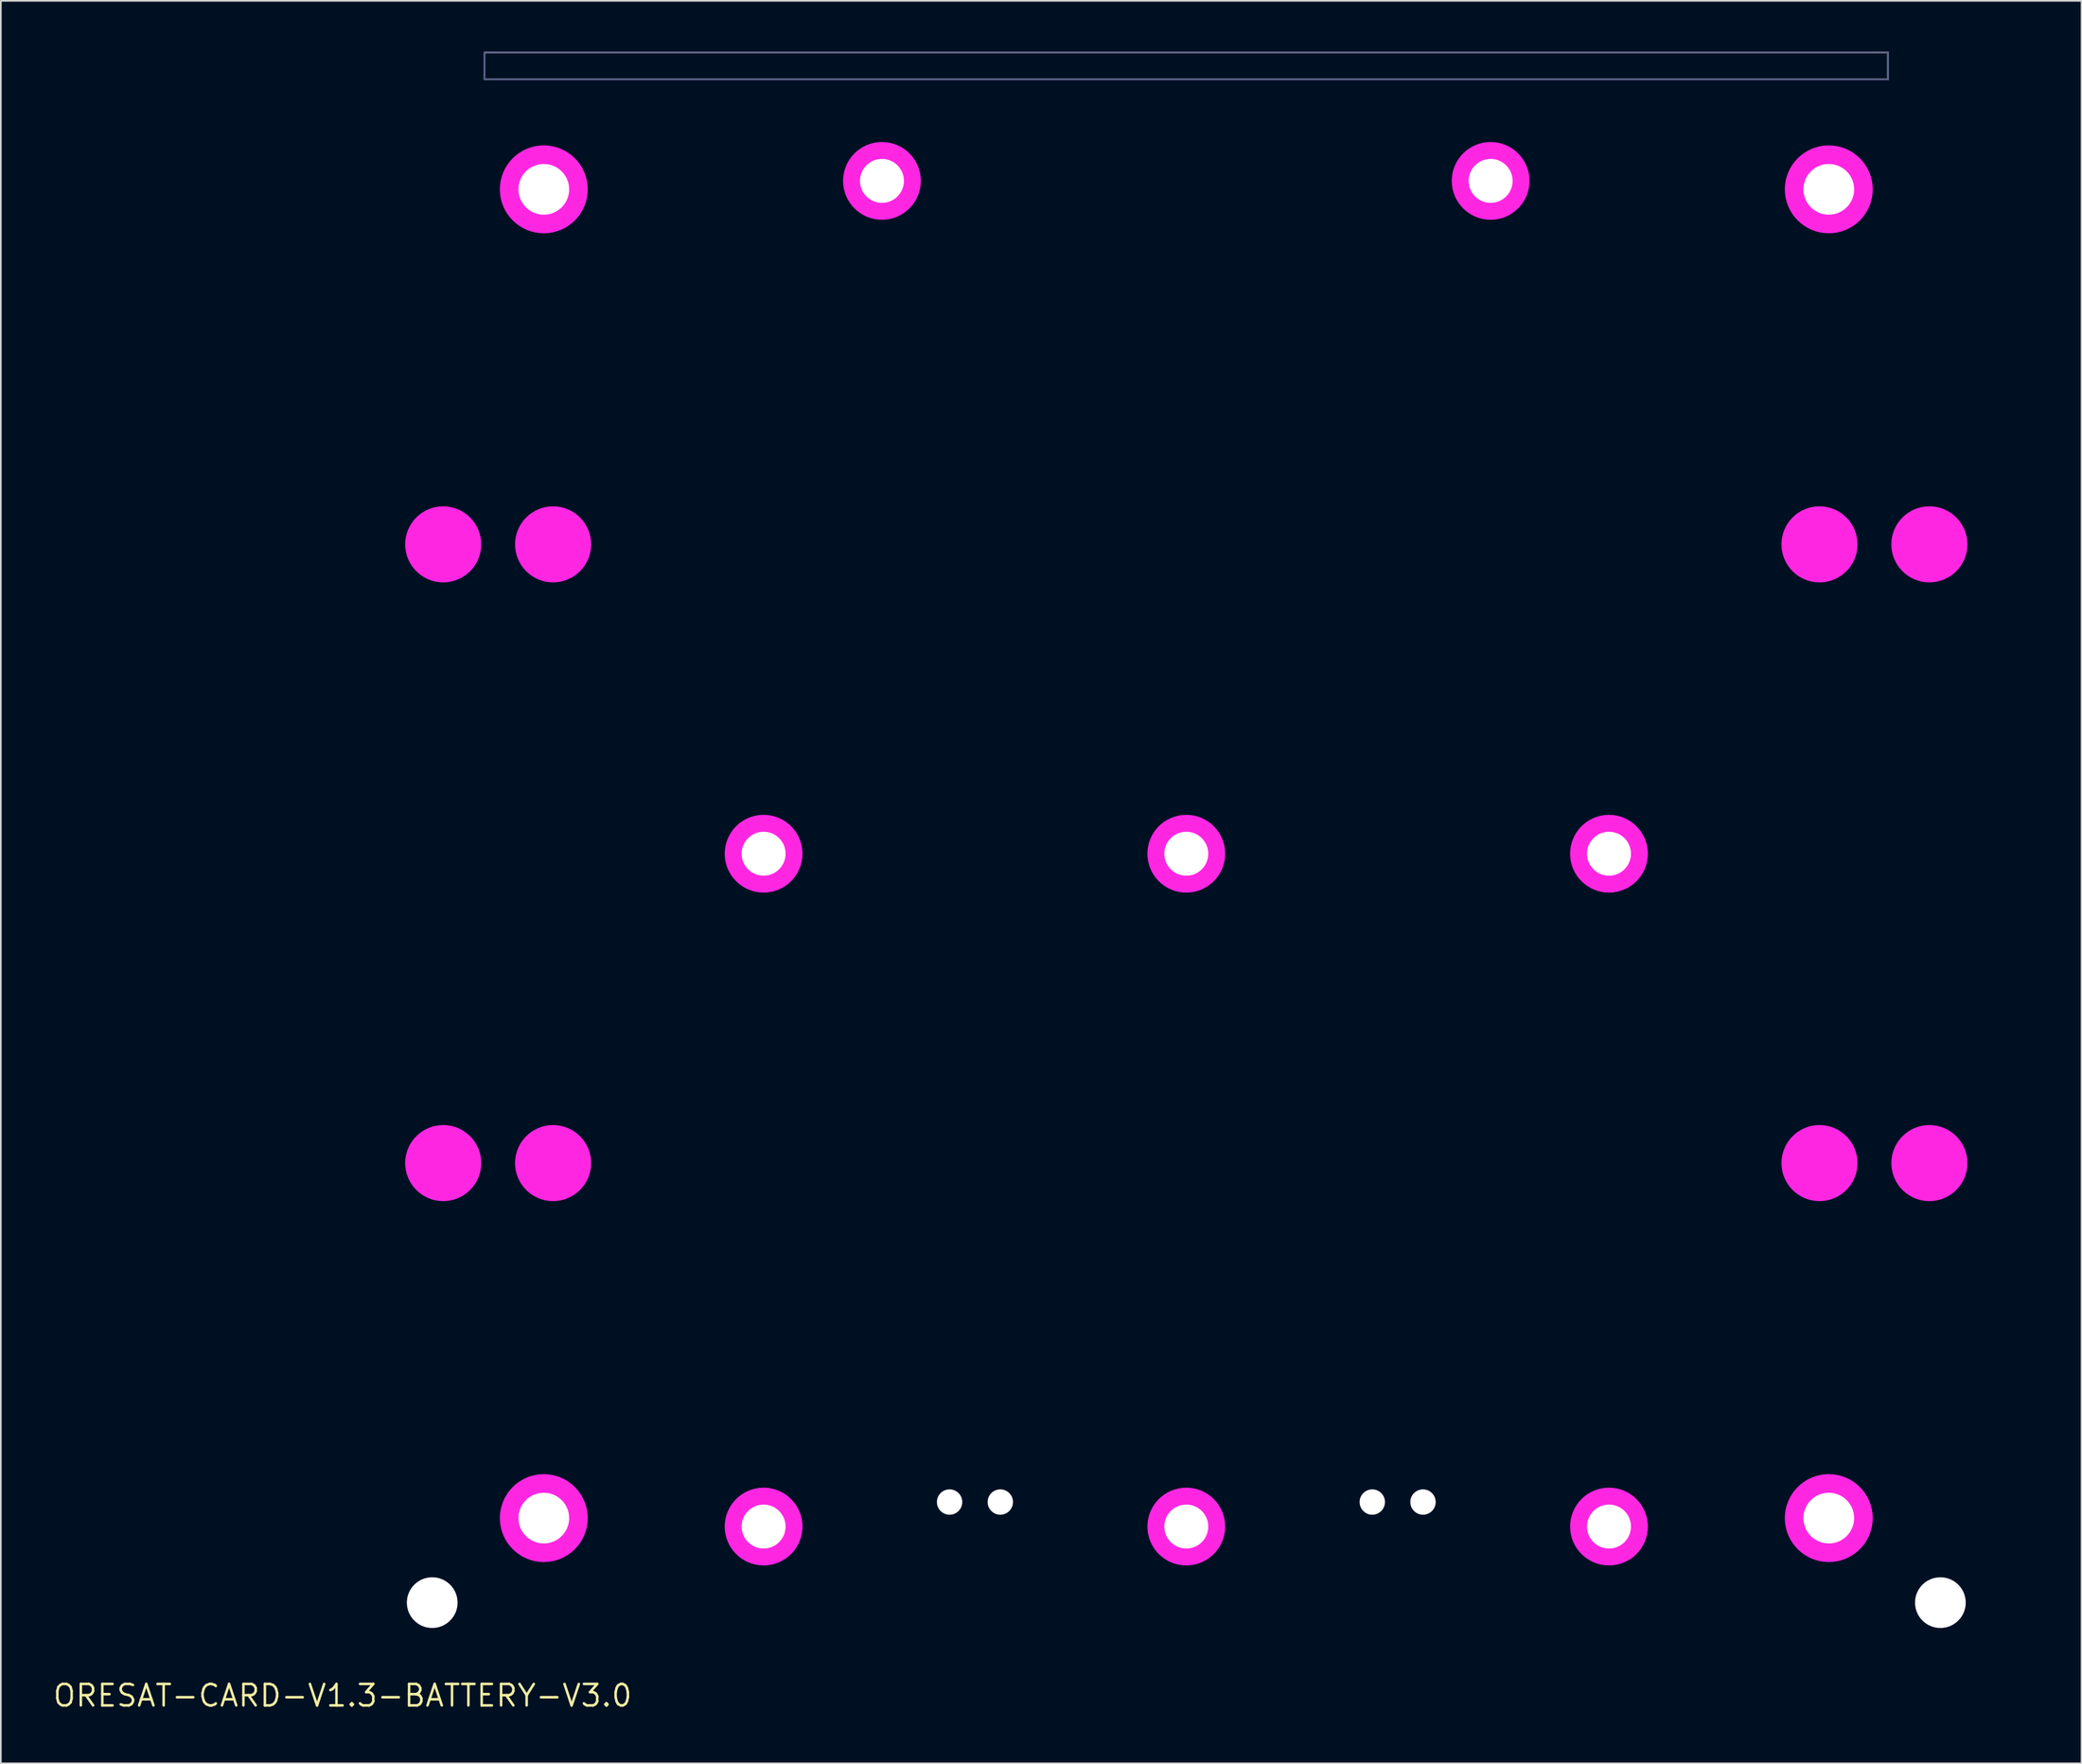
<source format=kicad_pcb>
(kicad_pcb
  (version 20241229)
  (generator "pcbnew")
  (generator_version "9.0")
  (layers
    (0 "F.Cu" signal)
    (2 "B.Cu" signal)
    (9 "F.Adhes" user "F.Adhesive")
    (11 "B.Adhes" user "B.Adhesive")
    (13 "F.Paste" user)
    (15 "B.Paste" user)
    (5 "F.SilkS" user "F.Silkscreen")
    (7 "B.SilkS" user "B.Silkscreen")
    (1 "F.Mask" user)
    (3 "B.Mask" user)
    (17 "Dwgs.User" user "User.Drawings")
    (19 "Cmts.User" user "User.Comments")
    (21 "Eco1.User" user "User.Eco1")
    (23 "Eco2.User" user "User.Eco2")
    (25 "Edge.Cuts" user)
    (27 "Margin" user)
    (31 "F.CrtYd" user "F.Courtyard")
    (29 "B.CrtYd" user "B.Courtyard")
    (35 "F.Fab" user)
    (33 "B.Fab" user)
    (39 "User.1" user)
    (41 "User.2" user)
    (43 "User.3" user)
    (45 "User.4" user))
  (footprint "ORESAT-CARD-V1.3-BATTERY-V3.0"
    (layer "F.Cu")
    (at 17.213 97.25)
    (property "Reference" "ORESAT-CARD-V1.3-BATTERY-V3.0" (at 0 0 0) (layer "F.SilkS") (effects (font (size 1.27 1.27) (thickness 0.15))))
    (fp_circle (center 5.95 -68.1) (end 7.075 -68.1) (stroke (width 2.25) (type solid)) (fill yes) (layer "F.Mask"))
    (fp_circle (center 5.95 -31.5) (end 7.075 -31.5) (stroke (width 2.25) (type solid)) (fill yes) (layer "F.Mask"))
    (fp_circle (center 11.9 -89.1) (end 13.2 -89.1) (stroke (width 2.6) (type solid)) (fill yes) (layer "F.Mask"))
    (fp_circle (center 11.9 -10.5) (end 13.2 -10.5) (stroke (width 2.6) (type solid)) (fill yes) (layer "F.Mask"))
    (fp_circle (center 12.45 -68.1) (end 13.575 -68.1) (stroke (width 2.25) (type solid)) (fill yes) (layer "F.Mask"))
    (fp_circle (center 12.45 -31.5) (end 13.575 -31.5) (stroke (width 2.25) (type solid)) (fill yes) (layer "F.Mask"))
    (fp_circle (center 24.9 -49.8) (end 26.025 -49.8) (stroke (width 2.25) (type solid)) (fill yes) (layer "F.Mask"))
    (fp_circle (center 24.9 -10) (end 26.025 -10) (stroke (width 2.25) (type solid)) (fill yes) (layer "F.Mask"))
    (fp_circle (center 31.9 -89.6) (end 33.025 -89.6) (stroke (width 2.25) (type solid)) (fill yes) (layer "F.Mask"))
    (fp_circle (center 49.9 -49.8) (end 51.025 -49.8) (stroke (width 2.25) (type solid)) (fill yes) (layer "F.Mask"))
    (fp_circle (center 49.9 -10) (end 51.025 -10) (stroke (width 2.25) (type solid)) (fill yes) (layer "F.Mask"))
    (fp_circle (center 67.9 -89.6) (end 69.025 -89.6) (stroke (width 2.25) (type solid)) (fill yes) (layer "F.Mask"))
    (fp_circle (center 74.9 -49.8) (end 76.025 -49.8) (stroke (width 2.25) (type solid)) (fill yes) (layer "F.Mask"))
    (fp_circle (center 74.9 -10) (end 76.025 -10) (stroke (width 2.25) (type solid)) (fill yes) (layer "F.Mask"))
    (fp_circle (center 87.35 -68.1) (end 88.475 -68.1) (stroke (width 2.25) (type solid)) (fill yes) (layer "F.Mask"))
    (fp_circle (center 87.35 -31.5) (end 88.475 -31.5) (stroke (width 2.25) (type solid)) (fill yes) (layer "F.Mask"))
    (fp_circle (center 87.9 -89.1) (end 89.2 -89.1) (stroke (width 2.6) (type solid)) (fill yes) (layer "F.Mask"))
    (fp_circle (center 87.9 -10.5) (end 89.2 -10.5) (stroke (width 2.6) (type solid)) (fill yes) (layer "F.Mask"))
    (fp_circle (center 93.85 -68.1) (end 94.975 -68.1) (stroke (width 2.25) (type solid)) (fill yes) (layer "F.Mask"))
    (fp_circle (center 93.85 -31.5) (end 94.975 -31.5) (stroke (width 2.25) (type solid)) (fill yes) (layer "F.Mask"))
    (fp_poly (pts (xy 2.75 -8.55) (xy 0.497 -8.55) (xy 0.358 -8.568) (xy 0.225 -8.623) (xy 0.111 -8.711) (xy 0.021 -8.827) (xy -0.05 -9.093) (xy -0.05 -88.821) (xy 2.75 -91.621)) (stroke (width 0) (type solid)) (fill yes) (layer "F.Mask"))
    (fp_poly (pts (xy 99.85 -88.822) (xy 99.85 -9.097) (xy 99.832 -8.958) (xy 99.777 -8.825) (xy 99.689 -8.711) (xy 99.575 -8.623) (xy 99.442 -8.568) (xy 99.303 -8.55) (xy 97.05 -8.55) (xy 97.05 -91.414)) (stroke (width 0) (type solid)) (fill yes) (layer "F.Mask"))
    (fp_poly (pts (xy 84.35 -0.497) (xy 84.332 -0.358) (xy 84.277 -0.225) (xy 84.189 -0.111) (xy 84.075 -0.023) (xy 83.942 0.032) (xy 83.803 0.05) (xy 15.997 0.05) (xy 15.858 0.032) (xy 15.725 -0.023) (xy 15.611 -0.111) (xy 15.521 -0.227) (xy 15.45 -0.493) (xy 15.45 -2.65) (xy 84.35 -2.65)) (stroke (width 0) (type solid)) (fill yes) (layer "F.Mask"))
    (fp_poly (pts (xy 2.75 -8.55) (xy 0.497 -8.55) (xy 0.358 -8.568) (xy 0.225 -8.623) (xy 0.111 -8.711) (xy 0.021 -8.827) (xy -0.05 -9.093) (xy -0.05 -88.821) (xy 2.75 -91.621)) (stroke (width 0) (type solid)) (fill yes) (layer "B.Mask"))
    (fp_poly (pts (xy 99.85 -88.822) (xy 99.85 -9.097) (xy 99.832 -8.958) (xy 99.777 -8.825) (xy 99.689 -8.711) (xy 99.575 -8.623) (xy 99.442 -8.568) (xy 99.303 -8.55) (xy 97.05 -8.55) (xy 97.05 -91.414)) (stroke (width 0) (type solid)) (fill yes) (layer "B.Mask"))
    (fp_poly (pts (xy 84.35 -0.497) (xy 84.332 -0.358) (xy 84.277 -0.225) (xy 84.189 -0.111) (xy 84.075 -0.023) (xy 83.942 0.032) (xy 83.803 0.05) (xy 15.997 0.05) (xy 15.858 0.032) (xy 15.725 -0.023) (xy 15.611 -0.111) (xy 15.521 -0.227) (xy 15.45 -0.493) (xy 15.45 -2.65) (xy 84.35 -2.65)) (stroke (width 0) (type solid)) (fill yes) (layer "B.Mask"))
    (fp_line (start 0 -88.8) (end 0 -9.1) (stroke (width 0.001) (type solid)) (layer "Cmts.User"))
    (fp_line (start 2.25 -8.6) (end 0.5 -8.6) (stroke (width 0.001) (type solid)) (layer "Cmts.User"))
    (fp_line (start 2.75 -8.1) (end 2.75 -3.4) (stroke (width 0.001) (type solid)) (layer "Cmts.User"))
    (fp_line (start 3.25 -2.9) (end 15 -2.9) (stroke (width 0.001) (type solid)) (layer "Cmts.User"))
    (fp_line (start 5.8 -94.6) (end 0 -88.8) (stroke (width 0.001) (type solid)) (layer "Cmts.User"))
    (fp_line (start 8.668 -94.6) (end 5.8 -94.6) (stroke (width 0.001) (type solid)) (layer "Cmts.User"))
    (fp_line (start 9.873 -87.9) (end 56.421 -87.9) (stroke (width 0.001) (type solid)) (layer "Cmts.User"))
    (fp_line (start 13.4 -81.9) (end 13.4 -75.9) (stroke (width 0.001) (type solid)) (layer "Cmts.User"))
    (fp_line (start 13.4 -63.5) (end 13.4 -57.5) (stroke (width 0.001) (type solid)) (layer "Cmts.User"))
    (fp_line (start 13.4 -42.1) (end 13.4 -36.1) (stroke (width 0.001) (type solid)) (layer "Cmts.User"))
    (fp_line (start 13.4 -23.7) (end 13.4 -17.7) (stroke (width 0.001) (type solid)) (layer "Cmts.User"))
    (fp_line (start 14.4 -75.9) (end 14.4 -81.9) (stroke (width 0.001) (type solid)) (layer "Cmts.User"))
    (fp_line (start 14.4 -57.5) (end 14.4 -63.5) (stroke (width 0.001) (type solid)) (layer "Cmts.User"))
    (fp_line (start 14.4 -36.1) (end 14.4 -42.1) (stroke (width 0.001) (type solid)) (layer "Cmts.User"))
    (fp_line (start 14.4 -17.7) (end 14.4 -23.7) (stroke (width 0.001) (type solid)) (layer "Cmts.User"))
    (fp_line (start 15.5 -2.4) (end 15.5 -0.5) (stroke (width 0.001) (type solid)) (layer "Cmts.User"))
    (fp_line (start 16.4 -81.9) (end 16.4 -75.9) (stroke (width 0.001) (type solid)) (layer "Cmts.User"))
    (fp_line (start 16.4 -63.5) (end 16.4 -57.5) (stroke (width 0.001) (type solid)) (layer "Cmts.User"))
    (fp_line (start 16.4 -42.1) (end 16.4 -36.1) (stroke (width 0.001) (type solid)) (layer "Cmts.User"))
    (fp_line (start 16.4 -23.7) (end 16.4 -17.7) (stroke (width 0.001) (type solid)) (layer "Cmts.User"))
    (fp_line (start 17.4 -75.9) (end 17.4 -81.9) (stroke (width 0.001) (type solid)) (layer "Cmts.User"))
    (fp_line (start 17.4 -57.5) (end 17.4 -63.5) (stroke (width 0.001) (type solid)) (layer "Cmts.User"))
    (fp_line (start 17.4 -36.1) (end 17.4 -42.1) (stroke (width 0.001) (type solid)) (layer "Cmts.User"))
    (fp_line (start 17.4 -17.7) (end 17.4 -23.7) (stroke (width 0.001) (type solid)) (layer "Cmts.User"))
    (fp_line (start 21.9 -89.9) (end 21.9 -85.9) (stroke (width 0.001) (type solid)) (layer "Cmts.User"))
    (fp_line (start 31.668 -94.6) (end 12.132 -94.6) (stroke (width 0.001) (type solid)) (layer "Cmts.User"))
    (fp_line (start 37.657 -88.656) (end 38.013 -88.656) (stroke (width 0.001) (type solid)) (layer "Cmts.User"))
    (fp_line (start 37.657 -88.402) (end 37.657 -88.656) (stroke (width 0.001) (type solid)) (layer "Cmts.User"))
    (fp_line (start 37.657 -87.386) (end 38.013 -87.386) (stroke (width 0.001) (type solid)) (layer "Cmts.User"))
    (fp_line (start 37.657 -87.132) (end 37.657 -87.386) (stroke (width 0.001) (type solid)) (layer "Cmts.User"))
    (fp_line (start 38.013 -88.656) (end 38.013 -88.402) (stroke (width 0.001) (type solid)) (layer "Cmts.User"))
    (fp_line (start 38.013 -88.402) (end 37.657 -88.402) (stroke (width 0.001) (type solid)) (layer "Cmts.User"))
    (fp_line (start 38.013 -87.386) (end 38.013 -87.132) (stroke (width 0.001) (type solid)) (layer "Cmts.User"))
    (fp_line (start 38.013 -87.132) (end 37.657 -87.132) (stroke (width 0.001) (type solid)) (layer "Cmts.User"))
    (fp_line (start 38.927 -88.656) (end 39.283 -88.656) (stroke (width 0.001) (type solid)) (layer "Cmts.User"))
    (fp_line (start 38.927 -88.402) (end 38.927 -88.656) (stroke (width 0.001) (type solid)) (layer "Cmts.User"))
    (fp_line (start 38.927 -87.386) (end 39.283 -87.386) (stroke (width 0.001) (type solid)) (layer "Cmts.User"))
    (fp_line (start 38.927 -87.132) (end 38.927 -87.386) (stroke (width 0.001) (type solid)) (layer "Cmts.User"))
    (fp_line (start 39.283 -88.656) (end 39.283 -88.402) (stroke (width 0.001) (type solid)) (layer "Cmts.User"))
    (fp_line (start 39.283 -88.402) (end 38.927 -88.402) (stroke (width 0.001) (type solid)) (layer "Cmts.User"))
    (fp_line (start 39.283 -87.386) (end 39.283 -87.132) (stroke (width 0.001) (type solid)) (layer "Cmts.User"))
    (fp_line (start 39.283 -87.132) (end 38.927 -87.132) (stroke (width 0.001) (type solid)) (layer "Cmts.User"))
    (fp_line (start 40.197 -88.656) (end 40.553 -88.656) (stroke (width 0.001) (type solid)) (layer "Cmts.User"))
    (fp_line (start 40.197 -88.402) (end 40.197 -88.656) (stroke (width 0.001) (type solid)) (layer "Cmts.User"))
    (fp_line (start 40.197 -87.386) (end 40.553 -87.386) (stroke (width 0.001) (type solid)) (layer "Cmts.User"))
    (fp_line (start 40.197 -87.132) (end 40.197 -87.386) (stroke (width 0.001) (type solid)) (layer "Cmts.User"))
    (fp_line (start 40.553 -88.656) (end 40.553 -88.402) (stroke (width 0.001) (type solid)) (layer "Cmts.User"))
    (fp_line (start 40.553 -88.402) (end 40.197 -88.402) (stroke (width 0.001) (type solid)) (layer "Cmts.User"))
    (fp_line (start 40.553 -87.386) (end 40.553 -87.132) (stroke (width 0.001) (type solid)) (layer "Cmts.User"))
    (fp_line (start 40.553 -87.132) (end 40.197 -87.132) (stroke (width 0.001) (type solid)) (layer "Cmts.User"))
    (fp_line (start 41.467 -88.656) (end 41.823 -88.656) (stroke (width 0.001) (type solid)) (layer "Cmts.User"))
    (fp_line (start 41.467 -88.402) (end 41.467 -88.656) (stroke (width 0.001) (type solid)) (layer "Cmts.User"))
    (fp_line (start 41.467 -87.386) (end 41.823 -87.386) (stroke (width 0.001) (type solid)) (layer "Cmts.User"))
    (fp_line (start 41.467 -87.132) (end 41.467 -87.386) (stroke (width 0.001) (type solid)) (layer "Cmts.User"))
    (fp_line (start 41.823 -88.656) (end 41.823 -88.402) (stroke (width 0.001) (type solid)) (layer "Cmts.User"))
    (fp_line (start 41.823 -88.402) (end 41.467 -88.402) (stroke (width 0.001) (type solid)) (layer "Cmts.User"))
    (fp_line (start 41.823 -87.386) (end 41.823 -87.132) (stroke (width 0.001) (type solid)) (layer "Cmts.User"))
    (fp_line (start 41.823 -87.132) (end 41.467 -87.132) (stroke (width 0.001) (type solid)) (layer "Cmts.User"))
    (fp_line (start 42.737 -88.656) (end 43.093 -88.656) (stroke (width 0.001) (type solid)) (layer "Cmts.User"))
    (fp_line (start 42.737 -88.402) (end 42.737 -88.656) (stroke (width 0.001) (type solid)) (layer "Cmts.User"))
    (fp_line (start 42.737 -87.386) (end 43.093 -87.386) (stroke (width 0.001) (type solid)) (layer "Cmts.User"))
    (fp_line (start 42.737 -87.132) (end 42.737 -87.386) (stroke (width 0.001) (type solid)) (layer "Cmts.User"))
    (fp_line (start 43.093 -88.656) (end 43.093 -88.402) (stroke (width 0.001) (type solid)) (layer "Cmts.User"))
    (fp_line (start 43.093 -88.402) (end 42.737 -88.402) (stroke (width 0.001) (type solid)) (layer "Cmts.User"))
    (fp_line (start 43.093 -87.386) (end 43.093 -87.132) (stroke (width 0.001) (type solid)) (layer "Cmts.User"))
    (fp_line (start 43.093 -87.132) (end 42.737 -87.132) (stroke (width 0.001) (type solid)) (layer "Cmts.User"))
    (fp_line (start 44.007 -88.656) (end 44.363 -88.656) (stroke (width 0.001) (type solid)) (layer "Cmts.User"))
    (fp_line (start 44.007 -88.402) (end 44.007 -88.656) (stroke (width 0.001) (type solid)) (layer "Cmts.User"))
    (fp_line (start 44.007 -87.386) (end 44.363 -87.386) (stroke (width 0.001) (type solid)) (layer "Cmts.User"))
    (fp_line (start 44.007 -87.132) (end 44.007 -87.386) (stroke (width 0.001) (type solid)) (layer "Cmts.User"))
    (fp_line (start 44.363 -88.656) (end 44.363 -88.402) (stroke (width 0.001) (type solid)) (layer "Cmts.User"))
    (fp_line (start 44.363 -88.402) (end 44.007 -88.402) (stroke (width 0.001) (type solid)) (layer "Cmts.User"))
    (fp_line (start 44.363 -87.386) (end 44.363 -87.132) (stroke (width 0.001) (type solid)) (layer "Cmts.User"))
    (fp_line (start 44.363 -87.132) (end 44.007 -87.132) (stroke (width 0.001) (type solid)) (layer "Cmts.User"))
    (fp_line (start 45.277 -88.656) (end 45.633 -88.656) (stroke (width 0.001) (type solid)) (layer "Cmts.User"))
    (fp_line (start 45.277 -88.402) (end 45.277 -88.656) (stroke (width 0.001) (type solid)) (layer "Cmts.User"))
    (fp_line (start 45.277 -87.386) (end 45.633 -87.386) (stroke (width 0.001) (type solid)) (layer "Cmts.User"))
    (fp_line (start 45.277 -87.132) (end 45.277 -87.386) (stroke (width 0.001) (type solid)) (layer "Cmts.User"))
    (fp_line (start 45.633 -88.656) (end 45.633 -88.402) (stroke (width 0.001) (type solid)) (layer "Cmts.User"))
    (fp_line (start 45.633 -88.402) (end 45.277 -88.402) (stroke (width 0.001) (type solid)) (layer "Cmts.User"))
    (fp_line (start 45.633 -87.386) (end 45.633 -87.132) (stroke (width 0.001) (type solid)) (layer "Cmts.User"))
    (fp_line (start 45.633 -87.132) (end 45.277 -87.132) (stroke (width 0.001) (type solid)) (layer "Cmts.User"))
    (fp_line (start 46.547 -88.656) (end 46.903 -88.656) (stroke (width 0.001) (type solid)) (layer "Cmts.User"))
    (fp_line (start 46.547 -88.402) (end 46.547 -88.656) (stroke (width 0.001) (type solid)) (layer "Cmts.User"))
    (fp_line (start 46.547 -87.386) (end 46.903 -87.386) (stroke (width 0.001) (type solid)) (layer "Cmts.User"))
    (fp_line (start 46.547 -87.132) (end 46.547 -87.386) (stroke (width 0.001) (type solid)) (layer "Cmts.User"))
    (fp_line (start 46.903 -88.656) (end 46.903 -88.402) (stroke (width 0.001) (type solid)) (layer "Cmts.User"))
    (fp_line (start 46.903 -88.402) (end 46.547 -88.402) (stroke (width 0.001) (type solid)) (layer "Cmts.User"))
    (fp_line (start 46.903 -87.386) (end 46.903 -87.132) (stroke (width 0.001) (type solid)) (layer "Cmts.User"))
    (fp_line (start 46.903 -87.132) (end 46.547 -87.132) (stroke (width 0.001) (type solid)) (layer "Cmts.User"))
    (fp_line (start 47.817 -88.656) (end 48.173 -88.656) (stroke (width 0.001) (type solid)) (layer "Cmts.User"))
    (fp_line (start 47.817 -88.402) (end 47.817 -88.656) (stroke (width 0.001) (type solid)) (layer "Cmts.User"))
    (fp_line (start 47.817 -87.386) (end 48.173 -87.386) (stroke (width 0.001) (type solid)) (layer "Cmts.User"))
    (fp_line (start 47.817 -87.132) (end 47.817 -87.386) (stroke (width 0.001) (type solid)) (layer "Cmts.User"))
    (fp_line (start 48.173 -88.656) (end 48.173 -88.402) (stroke (width 0.001) (type solid)) (layer "Cmts.User"))
    (fp_line (start 48.173 -88.402) (end 47.817 -88.402) (stroke (width 0.001) (type solid)) (layer "Cmts.User"))
    (fp_line (start 48.173 -87.386) (end 48.173 -87.132) (stroke (width 0.001) (type solid)) (layer "Cmts.User"))
    (fp_line (start 48.173 -87.132) (end 47.817 -87.132) (stroke (width 0.001) (type solid)) (layer "Cmts.User"))
    (fp_line (start 49.087 -88.656) (end 49.443 -88.656) (stroke (width 0.001) (type solid)) (layer "Cmts.User"))
    (fp_line (start 49.087 -88.402) (end 49.087 -88.656) (stroke (width 0.001) (type solid)) (layer "Cmts.User"))
    (fp_line (start 49.087 -87.386) (end 49.443 -87.386) (stroke (width 0.001) (type solid)) (layer "Cmts.User"))
    (fp_line (start 49.087 -87.132) (end 49.087 -87.386) (stroke (width 0.001) (type solid)) (layer "Cmts.User"))
    (fp_line (start 49.443 -88.656) (end 49.443 -88.402) (stroke (width 0.001) (type solid)) (layer "Cmts.User"))
    (fp_line (start 49.443 -88.402) (end 49.087 -88.402) (stroke (width 0.001) (type solid)) (layer "Cmts.User"))
    (fp_line (start 49.443 -87.386) (end 49.443 -87.132) (stroke (width 0.001) (type solid)) (layer "Cmts.User"))
    (fp_line (start 49.443 -87.132) (end 49.087 -87.132) (stroke (width 0.001) (type solid)) (layer "Cmts.User"))
    (fp_line (start 49.9 -44.572) (end 49.9 -89.9) (stroke (width 0.001) (type solid)) (layer "Cmts.User"))
    (fp_line (start 50.357 -88.656) (end 50.713 -88.656) (stroke (width 0.001) (type solid)) (layer "Cmts.User"))
    (fp_line (start 50.357 -88.402) (end 50.357 -88.656) (stroke (width 0.001) (type solid)) (layer "Cmts.User"))
    (fp_line (start 50.357 -87.386) (end 50.713 -87.386) (stroke (width 0.001) (type solid)) (layer "Cmts.User"))
    (fp_line (start 50.357 -87.132) (end 50.357 -87.386) (stroke (width 0.001) (type solid)) (layer "Cmts.User"))
    (fp_line (start 50.713 -88.656) (end 50.713 -88.402) (stroke (width 0.001) (type solid)) (layer "Cmts.User"))
    (fp_line (start 50.713 -88.402) (end 50.357 -88.402) (stroke (width 0.001) (type solid)) (layer "Cmts.User"))
    (fp_line (start 50.713 -87.386) (end 50.713 -87.132) (stroke (width 0.001) (type solid)) (layer "Cmts.User"))
    (fp_line (start 50.713 -87.132) (end 50.357 -87.132) (stroke (width 0.001) (type solid)) (layer "Cmts.User"))
    (fp_line (start 51.627 -88.656) (end 51.983 -88.656) (stroke (width 0.001) (type solid)) (layer "Cmts.User"))
    (fp_line (start 51.627 -88.402) (end 51.627 -88.656) (stroke (width 0.001) (type solid)) (layer "Cmts.User"))
    (fp_line (start 51.627 -87.386) (end 51.983 -87.386) (stroke (width 0.001) (type solid)) (layer "Cmts.User"))
    (fp_line (start 51.627 -87.132) (end 51.627 -87.386) (stroke (width 0.001) (type solid)) (layer "Cmts.User"))
    (fp_line (start 51.983 -88.656) (end 51.983 -88.402) (stroke (width 0.001) (type solid)) (layer "Cmts.User"))
    (fp_line (start 51.983 -88.402) (end 51.627 -88.402) (stroke (width 0.001) (type solid)) (layer "Cmts.User"))
    (fp_line (start 51.983 -87.386) (end 51.983 -87.132) (stroke (width 0.001) (type solid)) (layer "Cmts.User"))
    (fp_line (start 51.983 -87.132) (end 51.627 -87.132) (stroke (width 0.001) (type solid)) (layer "Cmts.User"))
    (fp_line (start 52.897 -88.656) (end 53.253 -88.656) (stroke (width 0.001) (type solid)) (layer "Cmts.User"))
    (fp_line (start 52.897 -88.402) (end 52.897 -88.656) (stroke (width 0.001) (type solid)) (layer "Cmts.User"))
    (fp_line (start 52.897 -87.386) (end 53.253 -87.386) (stroke (width 0.001) (type solid)) (layer "Cmts.User"))
    (fp_line (start 52.897 -87.132) (end 52.897 -87.386) (stroke (width 0.001) (type solid)) (layer "Cmts.User"))
    (fp_line (start 53.253 -88.656) (end 53.253 -88.402) (stroke (width 0.001) (type solid)) (layer "Cmts.User"))
    (fp_line (start 53.253 -88.402) (end 52.897 -88.402) (stroke (width 0.001) (type solid)) (layer "Cmts.User"))
    (fp_line (start 53.253 -87.386) (end 53.253 -87.132) (stroke (width 0.001) (type solid)) (layer "Cmts.User"))
    (fp_line (start 53.253 -87.132) (end 52.897 -87.132) (stroke (width 0.001) (type solid)) (layer "Cmts.User"))
    (fp_line (start 54.167 -88.656) (end 54.523 -88.656) (stroke (width 0.001) (type solid)) (layer "Cmts.User"))
    (fp_line (start 54.167 -88.402) (end 54.167 -88.656) (stroke (width 0.001) (type solid)) (layer "Cmts.User"))
    (fp_line (start 54.167 -87.386) (end 54.523 -87.386) (stroke (width 0.001) (type solid)) (layer "Cmts.User"))
    (fp_line (start 54.167 -87.132) (end 54.167 -87.386) (stroke (width 0.001) (type solid)) (layer "Cmts.User"))
    (fp_line (start 54.523 -88.656) (end 54.523 -88.402) (stroke (width 0.001) (type solid)) (layer "Cmts.User"))
    (fp_line (start 54.523 -88.402) (end 54.167 -88.402) (stroke (width 0.001) (type solid)) (layer "Cmts.User"))
    (fp_line (start 54.523 -87.386) (end 54.523 -87.132) (stroke (width 0.001) (type solid)) (layer "Cmts.User"))
    (fp_line (start 54.523 -87.132) (end 54.167 -87.132) (stroke (width 0.001) (type solid)) (layer "Cmts.User"))
    (fp_line (start 55.437 -88.656) (end 55.793 -88.656) (stroke (width 0.001) (type solid)) (layer "Cmts.User"))
    (fp_line (start 55.437 -88.402) (end 55.437 -88.656) (stroke (width 0.001) (type solid)) (layer "Cmts.User"))
    (fp_line (start 55.437 -87.386) (end 55.793 -87.386) (stroke (width 0.001) (type solid)) (layer "Cmts.User"))
    (fp_line (start 55.437 -87.132) (end 55.437 -87.386) (stroke (width 0.001) (type solid)) (layer "Cmts.User"))
    (fp_line (start 55.793 -88.656) (end 55.793 -88.402) (stroke (width 0.001) (type solid)) (layer "Cmts.User"))
    (fp_line (start 55.793 -88.402) (end 55.437 -88.402) (stroke (width 0.001) (type solid)) (layer "Cmts.User"))
    (fp_line (start 55.793 -87.386) (end 55.793 -87.132) (stroke (width 0.001) (type solid)) (layer "Cmts.User"))
    (fp_line (start 55.793 -87.132) (end 55.437 -87.132) (stroke (width 0.001) (type solid)) (layer "Cmts.User"))
    (fp_line (start 56.707 -88.656) (end 57.063 -88.656) (stroke (width 0.001) (type solid)) (layer "Cmts.User"))
    (fp_line (start 56.707 -88.402) (end 56.707 -88.656) (stroke (width 0.001) (type solid)) (layer "Cmts.User"))
    (fp_line (start 56.707 -87.386) (end 57.063 -87.386) (stroke (width 0.001) (type solid)) (layer "Cmts.User"))
    (fp_line (start 56.707 -87.132) (end 56.707 -87.386) (stroke (width 0.001) (type solid)) (layer "Cmts.User"))
    (fp_line (start 57.063 -88.656) (end 57.063 -88.402) (stroke (width 0.001) (type solid)) (layer "Cmts.User"))
    (fp_line (start 57.063 -88.402) (end 56.707 -88.402) (stroke (width 0.001) (type solid)) (layer "Cmts.User"))
    (fp_line (start 57.063 -87.386) (end 57.063 -87.132) (stroke (width 0.001) (type solid)) (layer "Cmts.User"))
    (fp_line (start 57.063 -87.132) (end 56.707 -87.132) (stroke (width 0.001) (type solid)) (layer "Cmts.User"))
    (fp_line (start 57.977 -88.656) (end 58.333 -88.656) (stroke (width 0.001) (type solid)) (layer "Cmts.User"))
    (fp_line (start 57.977 -88.402) (end 57.977 -88.656) (stroke (width 0.001) (type solid)) (layer "Cmts.User"))
    (fp_line (start 57.977 -87.386) (end 58.333 -87.386) (stroke (width 0.001) (type solid)) (layer "Cmts.User"))
    (fp_line (start 57.977 -87.132) (end 57.977 -87.386) (stroke (width 0.001) (type solid)) (layer "Cmts.User"))
    (fp_line (start 58.333 -88.656) (end 58.333 -88.402) (stroke (width 0.001) (type solid)) (layer "Cmts.User"))
    (fp_line (start 58.333 -88.402) (end 57.977 -88.402) (stroke (width 0.001) (type solid)) (layer "Cmts.User"))
    (fp_line (start 58.333 -87.386) (end 58.333 -87.132) (stroke (width 0.001) (type solid)) (layer "Cmts.User"))
    (fp_line (start 58.333 -87.132) (end 57.977 -87.132) (stroke (width 0.001) (type solid)) (layer "Cmts.User"))
    (fp_line (start 59.247 -88.656) (end 59.603 -88.656) (stroke (width 0.001) (type solid)) (layer "Cmts.User"))
    (fp_line (start 59.247 -88.402) (end 59.247 -88.656) (stroke (width 0.001) (type solid)) (layer "Cmts.User"))
    (fp_line (start 59.247 -87.386) (end 59.603 -87.386) (stroke (width 0.001) (type solid)) (layer "Cmts.User"))
    (fp_line (start 59.247 -87.132) (end 59.247 -87.386) (stroke (width 0.001) (type solid)) (layer "Cmts.User"))
    (fp_line (start 59.603 -88.656) (end 59.603 -88.402) (stroke (width 0.001) (type solid)) (layer "Cmts.User"))
    (fp_line (start 59.603 -88.402) (end 59.247 -88.402) (stroke (width 0.001) (type solid)) (layer "Cmts.User"))
    (fp_line (start 59.603 -87.386) (end 59.603 -87.132) (stroke (width 0.001) (type solid)) (layer "Cmts.User"))
    (fp_line (start 59.603 -87.132) (end 59.247 -87.132) (stroke (width 0.001) (type solid)) (layer "Cmts.User"))
    (fp_line (start 60.517 -88.656) (end 60.873 -88.656) (stroke (width 0.001) (type solid)) (layer "Cmts.User"))
    (fp_line (start 60.517 -88.402) (end 60.517 -88.656) (stroke (width 0.001) (type solid)) (layer "Cmts.User"))
    (fp_line (start 60.517 -87.386) (end 60.873 -87.386) (stroke (width 0.001) (type solid)) (layer "Cmts.User"))
    (fp_line (start 60.517 -87.132) (end 60.517 -87.386) (stroke (width 0.001) (type solid)) (layer "Cmts.User"))
    (fp_line (start 60.873 -88.656) (end 60.873 -88.402) (stroke (width 0.001) (type solid)) (layer "Cmts.User"))
    (fp_line (start 60.873 -88.402) (end 60.517 -88.402) (stroke (width 0.001) (type solid)) (layer "Cmts.User"))
    (fp_line (start 60.873 -87.386) (end 60.873 -87.132) (stroke (width 0.001) (type solid)) (layer "Cmts.User"))
    (fp_line (start 60.873 -87.132) (end 60.517 -87.132) (stroke (width 0.001) (type solid)) (layer "Cmts.User"))
    (fp_line (start 61.787 -88.656) (end 62.143 -88.656) (stroke (width 0.001) (type solid)) (layer "Cmts.User"))
    (fp_line (start 61.787 -88.402) (end 61.787 -88.656) (stroke (width 0.001) (type solid)) (layer "Cmts.User"))
    (fp_line (start 61.787 -87.386) (end 62.143 -87.386) (stroke (width 0.001) (type solid)) (layer "Cmts.User"))
    (fp_line (start 61.787 -87.132) (end 61.787 -87.386) (stroke (width 0.001) (type solid)) (layer "Cmts.User"))
    (fp_line (start 62.143 -88.656) (end 62.143 -88.402) (stroke (width 0.001) (type solid)) (layer "Cmts.User"))
    (fp_line (start 62.143 -88.402) (end 61.787 -88.402) (stroke (width 0.001) (type solid)) (layer "Cmts.User"))
    (fp_line (start 62.143 -87.386) (end 62.143 -87.132) (stroke (width 0.001) (type solid)) (layer "Cmts.User"))
    (fp_line (start 62.143 -87.132) (end 61.787 -87.132) (stroke (width 0.001) (type solid)) (layer "Cmts.User"))
    (fp_line (start 64.668 -94.6) (end 35.132 -94.6) (stroke (width 0.001) (type solid)) (layer "Cmts.User"))
    (fp_line (start 82.4 -81.9) (end 82.4 -75.9) (stroke (width 0.001) (type solid)) (layer "Cmts.User"))
    (fp_line (start 82.4 -63.5) (end 82.4 -57.5) (stroke (width 0.001) (type solid)) (layer "Cmts.User"))
    (fp_line (start 82.4 -42.1) (end 82.4 -36.1) (stroke (width 0.001) (type solid)) (layer "Cmts.User"))
    (fp_line (start 82.4 -23.7) (end 82.4 -17.7) (stroke (width 0.001) (type solid)) (layer "Cmts.User"))
    (fp_line (start 83.4 -75.9) (end 83.4 -81.9) (stroke (width 0.001) (type solid)) (layer "Cmts.User"))
    (fp_line (start 83.4 -57.5) (end 83.4 -63.5) (stroke (width 0.001) (type solid)) (layer "Cmts.User"))
    (fp_line (start 83.4 -36.1) (end 83.4 -42.1) (stroke (width 0.001) (type solid)) (layer "Cmts.User"))
    (fp_line (start 83.4 -17.7) (end 83.4 -23.7) (stroke (width 0.001) (type solid)) (layer "Cmts.User"))
    (fp_line (start 83.8 0) (end 16 0) (stroke (width 0.001) (type solid)) (layer "Cmts.User"))
    (fp_line (start 84.3 -0.5) (end 84.3 -2.4) (stroke (width 0.001) (type solid)) (layer "Cmts.User"))
    (fp_line (start 84.8 -2.9) (end 96.55 -2.9) (stroke (width 0.001) (type solid)) (layer "Cmts.User"))
    (fp_line (start 85.4 -81.9) (end 85.4 -75.9) (stroke (width 0.001) (type solid)) (layer "Cmts.User"))
    (fp_line (start 85.4 -63.5) (end 85.4 -57.5) (stroke (width 0.001) (type solid)) (layer "Cmts.User"))
    (fp_line (start 85.4 -42.1) (end 85.4 -36.1) (stroke (width 0.001) (type solid)) (layer "Cmts.User"))
    (fp_line (start 85.4 -23.7) (end 85.4 -17.7) (stroke (width 0.001) (type solid)) (layer "Cmts.User"))
    (fp_line (start 86.4 -75.9) (end 86.4 -81.9) (stroke (width 0.001) (type solid)) (layer "Cmts.User"))
    (fp_line (start 86.4 -57.5) (end 86.4 -63.5) (stroke (width 0.001) (type solid)) (layer "Cmts.User"))
    (fp_line (start 86.4 -36.1) (end 86.4 -42.1) (stroke (width 0.001) (type solid)) (layer "Cmts.User"))
    (fp_line (start 86.4 -17.7) (end 86.4 -23.7) (stroke (width 0.001) (type solid)) (layer "Cmts.User"))
    (fp_line (start 87.668 -94.6) (end 68.132 -94.6) (stroke (width 0.001) (type solid)) (layer "Cmts.User"))
    (fp_line (start 94 -94.6) (end 91.132 -94.6) (stroke (width 0.001) (type solid)) (layer "Cmts.User"))
    (fp_line (start 97.05 -3.4) (end 97.05 -8.1) (stroke (width 0.001) (type solid)) (layer "Cmts.User"))
    (fp_line (start 99.3 -8.6) (end 97.55 -8.6) (stroke (width 0.001) (type solid)) (layer "Cmts.User"))
    (fp_line (start 99.8 -88.8) (end 94 -94.6) (stroke (width 0.001) (type solid)) (layer "Cmts.User"))
    (fp_line (start 99.8 -9.1) (end 99.8 -88.8) (stroke (width 0.001) (type solid)) (layer "Cmts.User"))
    (fp_arc (start 0.5 -8.6) (mid 0.146447 -8.746447) (end 0 -9.1) (stroke (width 0.001) (type solid)) (layer "Cmts.User"))
    (fp_arc (start 2.25 -8.6) (mid 2.603553 -8.453553) (end 2.75 -8.1) (stroke (width 0.001) (type solid)) (layer "Cmts.User"))
    (fp_arc (start 3.25 -2.9) (mid 2.896447 -3.046447) (end 2.75 -3.4) (stroke (width 0.001) (type solid)) (layer "Cmts.User"))
    (fp_arc (start 12.132049 -94.599999) (mid 10.399999 -93.600001) (end 8.66795 -94.6) (stroke (width 0.001) (type solid)) (layer "Cmts.User"))
    (fp_arc (start 13.4 -81.9) (mid 13.9 -82.4) (end 14.4 -81.9) (stroke (width 0.001) (type solid)) (layer "Cmts.User"))
    (fp_arc (start 13.4 -63.5) (mid 13.9 -64) (end 14.4 -63.5) (stroke (width 0.001) (type solid)) (layer "Cmts.User"))
    (fp_arc (start 13.4 -42.1) (mid 13.9 -42.6) (end 14.4 -42.1) (stroke (width 0.001) (type solid)) (layer "Cmts.User"))
    (fp_arc (start 13.4 -23.7) (mid 13.9 -24.2) (end 14.4 -23.7) (stroke (width 0.001) (type solid)) (layer "Cmts.User"))
    (fp_arc (start 14.4 -75.9) (mid 13.9 -75.4) (end 13.4 -75.9) (stroke (width 0.001) (type solid)) (layer "Cmts.User"))
    (fp_arc (start 14.4 -57.5) (mid 13.9 -57) (end 13.4 -57.5) (stroke (width 0.001) (type solid)) (layer "Cmts.User"))
    (fp_arc (start 14.4 -36.1) (mid 13.9 -35.6) (end 13.4 -36.1) (stroke (width 0.001) (type solid)) (layer "Cmts.User"))
    (fp_arc (start 14.4 -17.7) (mid 13.9 -17.2) (end 13.4 -17.7) (stroke (width 0.001) (type solid)) (layer "Cmts.User"))
    (fp_arc (start 15 -2.9) (mid 15.353553 -2.753553) (end 15.5 -2.4) (stroke (width 0.001) (type solid)) (layer "Cmts.User"))
    (fp_arc (start 16 0) (mid 15.646447 -0.146447) (end 15.5 -0.5) (stroke (width 0.001) (type solid)) (layer "Cmts.User"))
    (fp_arc (start 16.4 -81.9) (mid 16.9 -82.4) (end 17.4 -81.9) (stroke (width 0.001) (type solid)) (layer "Cmts.User"))
    (fp_arc (start 16.4 -63.5) (mid 16.9 -64) (end 17.4 -63.5) (stroke (width 0.001) (type solid)) (layer "Cmts.User"))
    (fp_arc (start 16.4 -42.1) (mid 16.9 -42.6) (end 17.4 -42.1) (stroke (width 0.001) (type solid)) (layer "Cmts.User"))
    (fp_arc (start 16.4 -23.7) (mid 16.9 -24.2) (end 17.4 -23.7) (stroke (width 0.001) (type solid)) (layer "Cmts.User"))
    (fp_arc (start 17.4 -75.9) (mid 16.9 -75.4) (end 16.4 -75.9) (stroke (width 0.001) (type solid)) (layer "Cmts.User"))
    (fp_arc (start 17.4 -57.5) (mid 16.9 -57) (end 16.4 -57.5) (stroke (width 0.001) (type solid)) (layer "Cmts.User"))
    (fp_arc (start 17.4 -36.1) (mid 16.9 -35.6) (end 16.4 -36.1) (stroke (width 0.001) (type solid)) (layer "Cmts.User"))
    (fp_arc (start 17.4 -17.7) (mid 16.9 -17.2) (end 16.4 -17.7) (stroke (width 0.001) (type solid)) (layer "Cmts.User"))
    (fp_arc (start 35.132049 -94.599999) (mid 33.399999 -93.600001) (end 31.66795 -94.6) (stroke (width 0.001) (type solid)) (layer "Cmts.User"))
    (fp_arc (start 68.132049 -94.599999) (mid 66.399999 -93.600001) (end 64.66795 -94.6) (stroke (width 0.001) (type solid)) (layer "Cmts.User"))
    (fp_arc (start 82.4 -81.9) (mid 82.9 -82.4) (end 83.4 -81.9) (stroke (width 0.001) (type solid)) (layer "Cmts.User"))
    (fp_arc (start 82.4 -63.5) (mid 82.9 -64) (end 83.4 -63.5) (stroke (width 0.001) (type solid)) (layer "Cmts.User"))
    (fp_arc (start 82.4 -42.1) (mid 82.9 -42.6) (end 83.4 -42.1) (stroke (width 0.001) (type solid)) (layer "Cmts.User"))
    (fp_arc (start 82.4 -23.7) (mid 82.9 -24.2) (end 83.4 -23.7) (stroke (width 0.001) (type solid)) (layer "Cmts.User"))
    (fp_arc (start 83.4 -75.9) (mid 82.9 -75.4) (end 82.4 -75.9) (stroke (width 0.001) (type solid)) (layer "Cmts.User"))
    (fp_arc (start 83.4 -57.5) (mid 82.9 -57) (end 82.4 -57.5) (stroke (width 0.001) (type solid)) (layer "Cmts.User"))
    (fp_arc (start 83.4 -36.1) (mid 82.9 -35.6) (end 82.4 -36.1) (stroke (width 0.001) (type solid)) (layer "Cmts.User"))
    (fp_arc (start 83.4 -17.7) (mid 82.9 -17.2) (end 82.4 -17.7) (stroke (width 0.001) (type solid)) (layer "Cmts.User"))
    (fp_arc (start 84.3 -2.4) (mid 84.446447 -2.753553) (end 84.8 -2.9) (stroke (width 0.001) (type solid)) (layer "Cmts.User"))
    (fp_arc (start 84.3 -0.5) (mid 84.153553 -0.146447) (end 83.8 0) (stroke (width 0.001) (type solid)) (layer "Cmts.User"))
    (fp_arc (start 85.4 -81.9) (mid 85.9 -82.4) (end 86.4 -81.9) (stroke (width 0.001) (type solid)) (layer "Cmts.User"))
    (fp_arc (start 85.4 -63.5) (mid 85.9 -64) (end 86.4 -63.5) (stroke (width 0.001) (type solid)) (layer "Cmts.User"))
    (fp_arc (start 85.4 -42.1) (mid 85.9 -42.6) (end 86.4 -42.1) (stroke (width 0.001) (type solid)) (layer "Cmts.User"))
    (fp_arc (start 85.4 -23.7) (mid 85.9 -24.2) (end 86.4 -23.7) (stroke (width 0.001) (type solid)) (layer "Cmts.User"))
    (fp_arc (start 86.4 -75.9) (mid 85.9 -75.4) (end 85.4 -75.9) (stroke (width 0.001) (type solid)) (layer "Cmts.User"))
    (fp_arc (start 86.4 -57.5) (mid 85.9 -57) (end 85.4 -57.5) (stroke (width 0.001) (type solid)) (layer "Cmts.User"))
    (fp_arc (start 86.4 -36.1) (mid 85.9 -35.6) (end 85.4 -36.1) (stroke (width 0.001) (type solid)) (layer "Cmts.User"))
    (fp_arc (start 86.4 -17.7) (mid 85.9 -17.2) (end 85.4 -17.7) (stroke (width 0.001) (type solid)) (layer "Cmts.User"))
    (fp_arc (start 91.132049 -94.599999) (mid 89.399999 -93.600001) (end 87.66795 -94.6) (stroke (width 0.001) (type solid)) (layer "Cmts.User"))
    (fp_arc (start 97.05 -8.1) (mid 97.196447 -8.453553) (end 97.55 -8.6) (stroke (width 0.001) (type solid)) (layer "Cmts.User"))
    (fp_arc (start 97.05 -3.4) (mid 96.903553 -3.046447) (end 96.55 -2.9) (stroke (width 0.001) (type solid)) (layer "Cmts.User"))
    (fp_arc (start 99.8 -9.1) (mid 99.653553 -8.746447) (end 99.3 -8.6) (stroke (width 0.001) (type solid)) (layer "Cmts.User"))
    (fp_circle (center 5.95 -68.1) (end 7.15 -68.1) (stroke (width 0.001) (type solid)) (fill no) (layer "Cmts.User"))
    (fp_circle (center 5.95 -68.1) (end 8.2 -68.1) (stroke (width 0.001) (type solid)) (fill no) (layer "Cmts.User"))
    (fp_circle (center 5.95 -31.5) (end 7.15 -31.5) (stroke (width 0.001) (type solid)) (fill no) (layer "Cmts.User"))
    (fp_circle (center 5.95 -31.5) (end 8.2 -31.5) (stroke (width 0.001) (type solid)) (fill no) (layer "Cmts.User"))
    (fp_circle (center 11.9 -89.1) (end 13.4 -89.1) (stroke (width 0.001) (type solid)) (fill no) (layer "Cmts.User"))
    (fp_circle (center 11.9 -89.1) (end 14.4 -89.1) (stroke (width 0.001) (type solid)) (fill no) (layer "Cmts.User"))
    (fp_circle (center 11.9 -10.5) (end 13.4 -10.5) (stroke (width 0.001) (type solid)) (fill no) (layer "Cmts.User"))
    (fp_circle (center 11.9 -10.5) (end 14.4 -10.5) (stroke (width 0.001) (type solid)) (fill no) (layer "Cmts.User"))
    (fp_circle (center 12.45 -68.1) (end 13.65 -68.1) (stroke (width 0.001) (type solid)) (fill no) (layer "Cmts.User"))
    (fp_circle (center 12.45 -68.1) (end 14.7 -68.1) (stroke (width 0.001) (type solid)) (fill no) (layer "Cmts.User"))
    (fp_circle (center 12.45 -31.5) (end 13.65 -31.5) (stroke (width 0.001) (type solid)) (fill no) (layer "Cmts.User"))
    (fp_circle (center 12.45 -31.5) (end 14.7 -31.5) (stroke (width 0.001) (type solid)) (fill no) (layer "Cmts.User"))
    (fp_circle (center 24.9 -49.8) (end 26.1 -49.8) (stroke (width 0.001) (type solid)) (fill no) (layer "Cmts.User"))
    (fp_circle (center 24.9 -49.8) (end 27.15 -49.8) (stroke (width 0.001) (type solid)) (fill no) (layer "Cmts.User"))
    (fp_circle (center 24.9 -10) (end 26.1 -10) (stroke (width 0.001) (type solid)) (fill no) (layer "Cmts.User"))
    (fp_circle (center 24.9 -10) (end 27.15 -10) (stroke (width 0.001) (type solid)) (fill no) (layer "Cmts.User"))
    (fp_circle (center 31.9 -89.6) (end 33.2 -89.6) (stroke (width 0.001) (type solid)) (fill no) (layer "Cmts.User"))
    (fp_circle (center 31.9 -89.6) (end 34.15 -89.6) (stroke (width 0.001) (type solid)) (fill no) (layer "Cmts.User"))
    (fp_circle (center 35.9 -11.45) (end 36.65 -11.45) (stroke (width 0.001) (type solid)) (fill no) (layer "Cmts.User"))
    (fp_circle (center 38.9 -11.45) (end 39.65 -11.45) (stroke (width 0.001) (type solid)) (fill no) (layer "Cmts.User"))
    (fp_circle (center 49.9 -49.8) (end 51.1 -49.8) (stroke (width 0.001) (type solid)) (fill no) (layer "Cmts.User"))
    (fp_circle (center 49.9 -49.8) (end 52.15 -49.8) (stroke (width 0.001) (type solid)) (fill no) (layer "Cmts.User"))
    (fp_circle (center 49.9 -10) (end 51.1 -10) (stroke (width 0.001) (type solid)) (fill no) (layer "Cmts.User"))
    (fp_circle (center 49.9 -10) (end 52.15 -10) (stroke (width 0.001) (type solid)) (fill no) (layer "Cmts.User"))
    (fp_circle (center 60.9 -11.45) (end 61.65 -11.45) (stroke (width 0.001) (type solid)) (fill no) (layer "Cmts.User"))
    (fp_circle (center 63.9 -11.45) (end 64.65 -11.45) (stroke (width 0.001) (type solid)) (fill no) (layer "Cmts.User"))
    (fp_circle (center 67.9 -89.6) (end 69.2 -89.6) (stroke (width 0.001) (type solid)) (fill no) (layer "Cmts.User"))
    (fp_circle (center 67.9 -89.6) (end 70.15 -89.6) (stroke (width 0.001) (type solid)) (fill no) (layer "Cmts.User"))
    (fp_circle (center 74.9 -49.8) (end 76.1 -49.8) (stroke (width 0.001) (type solid)) (fill no) (layer "Cmts.User"))
    (fp_circle (center 74.9 -49.8) (end 77.15 -49.8) (stroke (width 0.001) (type solid)) (fill no) (layer "Cmts.User"))
    (fp_circle (center 74.9 -10) (end 76.1 -10) (stroke (width 0.001) (type solid)) (fill no) (layer "Cmts.User"))
    (fp_circle (center 74.9 -10) (end 77.15 -10) (stroke (width 0.001) (type solid)) (fill no) (layer "Cmts.User"))
    (fp_circle (center 87.35 -68.1) (end 88.55 -68.1) (stroke (width 0.001) (type solid)) (fill no) (layer "Cmts.User"))
    (fp_circle (center 87.35 -68.1) (end 89.6 -68.1) (stroke (width 0.001) (type solid)) (fill no) (layer "Cmts.User"))
    (fp_circle (center 87.35 -31.5) (end 88.55 -31.5) (stroke (width 0.001) (type solid)) (fill no) (layer "Cmts.User"))
    (fp_circle (center 87.35 -31.5) (end 89.6 -31.5) (stroke (width 0.001) (type solid)) (fill no) (layer "Cmts.User"))
    (fp_circle (center 87.9 -89.1) (end 89.4 -89.1) (stroke (width 0.001) (type solid)) (fill no) (layer "Cmts.User"))
    (fp_circle (center 87.9 -89.1) (end 90.4 -89.1) (stroke (width 0.001) (type solid)) (fill no) (layer "Cmts.User"))
    (fp_circle (center 87.9 -10.5) (end 89.4 -10.5) (stroke (width 0.001) (type solid)) (fill no) (layer "Cmts.User"))
    (fp_circle (center 87.9 -10.5) (end 90.4 -10.5) (stroke (width 0.001) (type solid)) (fill no) (layer "Cmts.User"))
    (fp_circle (center 93.85 -68.1) (end 95.05 -68.1) (stroke (width 0.001) (type solid)) (fill no) (layer "Cmts.User"))
    (fp_circle (center 93.85 -68.1) (end 96.1 -68.1) (stroke (width 0.001) (type solid)) (fill no) (layer "Cmts.User"))
    (fp_circle (center 93.85 -31.5) (end 95.05 -31.5) (stroke (width 0.001) (type solid)) (fill no) (layer "Cmts.User"))
    (fp_circle (center 93.85 -31.5) (end 96.1 -31.5) (stroke (width 0.001) (type solid)) (fill no) (layer "Cmts.User"))
    (fp_line (start 0 -88.8) (end 0 -9.1) (stroke (width 0.001) (type solid)) (layer "Edge.Cuts"))
    (fp_line (start 0.5 -8.6) (end 2.25 -8.6) (stroke (width 0.001) (type solid)) (layer "Edge.Cuts"))
    (fp_line (start 2.75 -8.1) (end 2.75 -3.4) (stroke (width 0.001) (type solid)) (layer "Edge.Cuts"))
    (fp_line (start 3.25 -2.9) (end 15 -2.9) (stroke (width 0.001) (type solid)) (layer "Edge.Cuts"))
    (fp_line (start 5.8 -94.6) (end 0 -88.8) (stroke (width 0.001) (type solid)) (layer "Edge.Cuts"))
    (fp_line (start 8.668 -94.6) (end 5.8 -94.6) (stroke (width 0.001) (type solid)) (layer "Edge.Cuts"))
    (fp_line (start 15.5 -2.4) (end 15.5 -0.5) (stroke (width 0.001) (type solid)) (layer "Edge.Cuts"))
    (fp_line (start 16 0) (end 83.8 0) (stroke (width 0.001) (type solid)) (layer "Edge.Cuts"))
    (fp_line (start 31.668 -94.6) (end 12.132 -94.6) (stroke (width 0.001) (type solid)) (layer "Edge.Cuts"))
    (fp_line (start 64.668 -94.6) (end 35.132 -94.6) (stroke (width 0.001) (type solid)) (layer "Edge.Cuts"))
    (fp_line (start 84.3 -0.5) (end 84.3 -2.4) (stroke (width 0.001) (type solid)) (layer "Edge.Cuts"))
    (fp_line (start 84.8 -2.9) (end 96.55 -2.9) (stroke (width 0.001) (type solid)) (layer "Edge.Cuts"))
    (fp_line (start 87.668 -94.6) (end 68.132 -94.6) (stroke (width 0.001) (type solid)) (layer "Edge.Cuts"))
    (fp_line (start 94 -94.6) (end 91.132 -94.6) (stroke (width 0.001) (type solid)) (layer "Edge.Cuts"))
    (fp_line (start 97.05 -3.4) (end 97.05 -8.1) (stroke (width 0.001) (type solid)) (layer "Edge.Cuts"))
    (fp_line (start 97.55 -8.6) (end 99.3 -8.6) (stroke (width 0.001) (type solid)) (layer "Edge.Cuts"))
    (fp_line (start 99.8 -88.8) (end 94 -94.6) (stroke (width 0.001) (type solid)) (layer "Edge.Cuts"))
    (fp_line (start 99.8 -9.1) (end 99.8 -88.8) (stroke (width 0.001) (type solid)) (layer "Edge.Cuts"))
    (fp_arc (start 0.5 -8.6) (mid 0.146447 -8.746447) (end 0 -9.1) (stroke (width 0.001) (type solid)) (layer "Edge.Cuts"))
    (fp_arc (start 2.25 -8.6) (mid 2.603553 -8.453553) (end 2.75 -8.1) (stroke (width 0.001) (type solid)) (layer "Edge.Cuts"))
    (fp_arc (start 3.25 -2.9) (mid 2.896447 -3.046447) (end 2.75 -3.4) (stroke (width 0.001) (type solid)) (layer "Edge.Cuts"))
    (fp_arc (start 12.132049 -94.599999) (mid 10.399999 -93.600001) (end 8.66795 -94.6) (stroke (width 0.001) (type solid)) (layer "Edge.Cuts"))
    (fp_arc (start 15 -2.9) (mid 15.353553 -2.753553) (end 15.5 -2.4) (stroke (width 0.001) (type solid)) (layer "Edge.Cuts"))
    (fp_arc (start 16 0) (mid 15.646447 -0.146447) (end 15.5 -0.5) (stroke (width 0.001) (type solid)) (layer "Edge.Cuts"))
    (fp_arc (start 35.132049 -94.599999) (mid 33.399999 -93.600001) (end 31.66795 -94.6) (stroke (width 0.001) (type solid)) (layer "Edge.Cuts"))
    (fp_arc (start 68.13205 -94.6) (mid 66.400001 -93.6) (end 64.667951 -94.599999) (stroke (width 0.001) (type solid)) (layer "Edge.Cuts"))
    (fp_arc (start 84.3 -2.4) (mid 84.446447 -2.753553) (end 84.8 -2.9) (stroke (width 0.001) (type solid)) (layer "Edge.Cuts"))
    (fp_arc (start 84.3 -0.5) (mid 84.153553 -0.146447) (end 83.8 0) (stroke (width 0.001) (type solid)) (layer "Edge.Cuts"))
    (fp_arc (start 91.13205 -94.6) (mid 89.400001 -93.6) (end 87.667951 -94.599999) (stroke (width 0.001) (type solid)) (layer "Edge.Cuts"))
    (fp_arc (start 97.05 -8.1) (mid 97.196447 -8.453553) (end 97.55 -8.6) (stroke (width 0.001) (type solid)) (layer "Edge.Cuts"))
    (fp_arc (start 97.05 -3.4) (mid 96.903553 -3.046447) (end 96.55 -2.9) (stroke (width 0.001) (type solid)) (layer "Edge.Cuts"))
    (fp_arc (start 99.8 -9.1) (mid 99.653553 -8.746447) (end 99.3 -8.6) (stroke (width 0.001) (type solid)) (layer "Edge.Cuts"))
    (fp_line (start 4.6 -2.9) (end 4.6 -93.4) (stroke (width 0.001) (type solid)) (layer "B.CrtYd"))
    (fp_line (start 95.2 -2.9) (end 95.2 -93.4) (stroke (width 0.001) (type solid)) (layer "B.CrtYd"))
    (fp_line (start 4.6 -2.9) (end 4.6 -93.4) (stroke (width 0.001) (type solid)) (layer "F.CrtYd"))
    (fp_line (start 95.2 -2.9) (end 95.2 -93.4) (stroke (width 0.001) (type solid)) (layer "F.CrtYd"))
    (fp_circle (center 5.95 -68.1) (end 7.075 -68.1) (stroke (width 2.25) (type solid)) (fill no) (layer "F.CrtYd"))
    (fp_circle (center 5.95 -31.5) (end 7.075 -31.5) (stroke (width 2.25) (type solid)) (fill no) (layer "F.CrtYd"))
    (fp_circle (center 11.9 -89.1) (end 13.2 -89.1) (stroke (width 2.6) (type solid)) (fill no) (layer "F.CrtYd"))
    (fp_circle (center 11.9 -10.5) (end 13.2 -10.5) (stroke (width 2.6) (type solid)) (fill no) (layer "F.CrtYd"))
    (fp_circle (center 12.45 -68.1) (end 13.575 -68.1) (stroke (width 2.25) (type solid)) (fill no) (layer "F.CrtYd"))
    (fp_circle (center 12.45 -31.5) (end 13.575 -31.5) (stroke (width 2.25) (type solid)) (fill no) (layer "F.CrtYd"))
    (fp_circle (center 24.9 -49.8) (end 26.05 -49.8) (stroke (width 2.3) (type solid)) (fill no) (layer "F.CrtYd"))
    (fp_circle (center 24.9 -10) (end 26.05 -10) (stroke (width 2.3) (type solid)) (fill no) (layer "F.CrtYd"))
    (fp_circle (center 31.9 -89.6) (end 33.05 -89.6) (stroke (width 2.3) (type solid)) (fill no) (layer "F.CrtYd"))
    (fp_circle (center 49.9 -49.8) (end 51.05 -49.8) (stroke (width 2.3) (type solid)) (fill no) (layer "F.CrtYd"))
    (fp_circle (center 49.9 -10) (end 51.05 -10) (stroke (width 2.3) (type solid)) (fill no) (layer "F.CrtYd"))
    (fp_circle (center 67.9 -89.6) (end 69.05 -89.6) (stroke (width 2.3) (type solid)) (fill no) (layer "F.CrtYd"))
    (fp_circle (center 74.9 -49.8) (end 76.05 -49.8) (stroke (width 2.3) (type solid)) (fill no) (layer "F.CrtYd"))
    (fp_circle (center 74.9 -10) (end 76.05 -10) (stroke (width 2.3) (type solid)) (fill no) (layer "F.CrtYd"))
    (fp_circle (center 87.35 -68.1) (end 88.475 -68.1) (stroke (width 2.25) (type solid)) (fill no) (layer "F.CrtYd"))
    (fp_circle (center 87.35 -31.5) (end 88.475 -31.5) (stroke (width 2.25) (type solid)) (fill no) (layer "F.CrtYd"))
    (fp_circle (center 87.9 -89.1) (end 89.2 -89.1) (stroke (width 2.6) (type solid)) (fill no) (layer "F.CrtYd"))
    (fp_circle (center 87.9 -10.5) (end 89.2 -10.5) (stroke (width 2.6) (type solid)) (fill no) (layer "F.CrtYd"))
    (fp_circle (center 93.85 -68.1) (end 94.975 -68.1) (stroke (width 2.25) (type solid)) (fill no) (layer "F.CrtYd"))
    (fp_circle (center 93.85 -31.5) (end 94.975 -31.5) (stroke (width 2.25) (type solid)) (fill no) (layer "F.CrtYd"))
    (fp_line (start 4.6 -2.9) (end 4.6 -93.4) (stroke (width 0.001) (type solid)) (layer "B.Fab"))
    (fp_line (start 8.4 -2.9) (end 8.4 -94.6) (stroke (width 0.001) (type solid)) (layer "B.Fab"))
    (fp_line (start 91.4 -2.9) (end 91.4 -94.6) (stroke (width 0.001) (type solid)) (layer "B.Fab"))
    (fp_line (start 95.2 -2.9) (end 95.2 -93.4) (stroke (width 0.001) (type solid)) (layer "B.Fab"))
    (fp_poly (pts (xy 8.4 -95.6) (xy 91.4 -95.6) (xy 91.4 -97.2) (xy 8.4 -97.2)) (stroke (width 0.1) (type solid)) (fill no) (layer "B.Fab"))
    (fp_line (start 4.6 -2.9) (end 4.6 -93.4) (stroke (width 0.001) (type solid)) (layer "F.Fab"))
    (fp_line (start 8.4 -2.9) (end 8.4 -94.6) (stroke (width 0.001) (type solid)) (layer "F.Fab"))
    (fp_line (start 48.9 -87.894) (end 50.9 -87.894) (stroke (width 0.001) (type solid)) (layer "F.Fab"))
    (fp_line (start 48.9 -49.8) (end 50.9 -49.8) (stroke (width 0.001) (type solid)) (layer "F.Fab"))
    (fp_line (start 49.9 -88.894) (end 49.9 -86.894) (stroke (width 0.001) (type solid)) (layer "F.Fab"))
    (fp_line (start 49.9 -50.8) (end 49.9 -48.8) (stroke (width 0.001) (type solid)) (layer "F.Fab"))
    (fp_line (start 91.4 -2.9) (end 91.4 -94.6) (stroke (width 0.001) (type solid)) (layer "F.Fab"))
    (fp_line (start 95.2 -2.9) (end 95.2 -93.4) (stroke (width 0.001) (type solid)) (layer "F.Fab"))
    (fp_circle (center 49.9 -87.894) (end 50.4 -87.894) (stroke (width 0.001) (type solid)) (fill no) (layer "F.Fab"))
    (fp_circle (center 49.9 -49.8) (end 50.4 -49.8) (stroke (width 0.001) (type solid)) (fill no) (layer "F.Fab"))
    (fp_poly (pts (xy 8.4 -95.6) (xy 91.4 -95.6) (xy 91.4 -97.2) (xy 8.4 -97.2)) (stroke (width 0.1) (type solid)) (fill no) (layer "F.Fab"))
    (pad "" np_thru_hole circle (at 5.3 -5.5) (size 3 3) (drill 3) (layers "*.Cu" "*.Mask"))
    (pad "" np_thru_hole circle (at 11.9 -89.1) (size 3 3) (drill 3) (layers "*.Cu" "*.Mask"))
    (pad "" np_thru_hole circle (at 11.9 -10.5) (size 3 3) (drill 3) (layers "*.Cu" "*.Mask"))
    (pad "" np_thru_hole circle (at 24.9 -49.8) (size 2.6 2.6) (drill 2.6) (layers "*.Cu" "*.Mask"))
    (pad "" np_thru_hole circle (at 24.9 -10) (size 2.6 2.6) (drill 2.6) (layers "*.Cu" "*.Mask"))
    (pad "" np_thru_hole circle (at 31.9 -89.6) (size 2.6 2.6) (drill 2.6) (layers "*.Cu" "*.Mask"))
    (pad "" np_thru_hole circle (at 35.9 -11.45) (size 1.5 1.5) (drill 1.5) (layers "*.Cu" "*.Mask"))
    (pad "" np_thru_hole circle (at 38.9 -11.45) (size 1.5 1.5) (drill 1.5) (layers "*.Cu" "*.Mask"))
    (pad "" np_thru_hole circle (at 49.9 -49.8) (size 2.6 2.6) (drill 2.6) (layers "*.Cu" "*.Mask"))
    (pad "" np_thru_hole circle (at 49.9 -10) (size 2.6 2.6) (drill 2.6) (layers "*.Cu" "*.Mask"))
    (pad "" np_thru_hole circle (at 60.9 -11.45) (size 1.5 1.5) (drill 1.5) (layers "*.Cu" "*.Mask"))
    (pad "" np_thru_hole circle (at 63.9 -11.45) (size 1.5 1.5) (drill 1.5) (layers "*.Cu" "*.Mask"))
    (pad "" np_thru_hole circle (at 67.9 -89.6) (size 2.6 2.6) (drill 2.6) (layers "*.Cu" "*.Mask"))
    (pad "" np_thru_hole circle (at 74.9 -49.8) (size 2.6 2.6) (drill 2.6) (layers "*.Cu" "*.Mask"))
    (pad "" np_thru_hole circle (at 74.9 -10) (size 2.6 2.6) (drill 2.6) (layers "*.Cu" "*.Mask"))
    (pad "" np_thru_hole circle (at 87.9 -89.1) (size 3 3) (drill 3) (layers "*.Cu" "*.Mask"))
    (pad "" np_thru_hole circle (at 87.9 -10.5) (size 3 3) (drill 3) (layers "*.Cu" "*.Mask"))
    (pad "" np_thru_hole circle (at 94.5 -5.5) (size 3 3) (drill 3) (layers "*.Cu" "*.Mask"))
    (zone (net_name "") (layer "F.Cu") (hatch edge 0.508) (connect_pads) (min_thickness 0.254) (filled_areas_thickness no) (keepout (tracks not_allowed) (vias not_allowed) (pads not_allowed) (copperpour not_allowed) (footprints allowed)) (placement (enabled no)) (fill) (polygon (pts (xy 25.413 29.15) (xy 25.379 28.759) (xy 25.277 28.38) (xy 25.111 28.025) (xy 24.886 27.704) (xy 24.609 27.426) (xy 24.288 27.201) (xy 23.932 27.036) (xy 23.553 26.934) (xy 23.163 26.9) (xy 22.772 26.934) (xy 22.393 27.036) (xy 22.038 27.201) (xy 21.716 27.426) (xy 21.439 27.704) (xy 21.214 28.025) (xy 21.048 28.38) (xy 20.947 28.759) (xy 20.913 29.15) (xy 20.947 29.541) (xy 21.048 29.92) (xy 21.214 30.275) (xy 21.439 30.596) (xy 21.716 30.874) (xy 22.038 31.099) (xy 22.393 31.264) (xy 22.772 31.366) (xy 23.163 31.4) (xy 23.553 31.366) (xy 23.932 31.264) (xy 24.288 31.099) (xy 24.609 30.874) (xy 24.886 30.596) (xy 25.111 30.275) (xy 25.277 29.92) (xy 25.379 29.541))))
    (zone (net_name "") (layer "F.Cu") (hatch edge 0.508) (connect_pads) (min_thickness 0.254) (filled_areas_thickness no) (keepout (tracks not_allowed) (vias not_allowed) (pads not_allowed) (copperpour not_allowed) (footprints allowed)) (placement (enabled no)) (fill) (polygon (pts (xy 25.413 65.75) (xy 25.379 65.359) (xy 25.277 64.98) (xy 25.111 64.625) (xy 24.886 64.304) (xy 24.609 64.026) (xy 24.288 63.801) (xy 23.932 63.636) (xy 23.553 63.534) (xy 23.163 63.5) (xy 22.772 63.534) (xy 22.393 63.636) (xy 22.038 63.801) (xy 21.716 64.026) (xy 21.439 64.304) (xy 21.214 64.625) (xy 21.048 64.98) (xy 20.947 65.359) (xy 20.913 65.75) (xy 20.947 66.141) (xy 21.048 66.52) (xy 21.214 66.875) (xy 21.439 67.196) (xy 21.716 67.474) (xy 22.038 67.699) (xy 22.393 67.864) (xy 22.772 67.966) (xy 23.163 68) (xy 23.553 67.966) (xy 23.932 67.864) (xy 24.288 67.699) (xy 24.609 67.474) (xy 24.886 67.196) (xy 25.111 66.875) (xy 25.277 66.52) (xy 25.379 66.141))))
    (zone (net_name "") (layer "F.Cu") (hatch edge 0.508) (connect_pads) (min_thickness 0.254) (filled_areas_thickness no) (keepout (tracks not_allowed) (vias not_allowed) (pads not_allowed) (copperpour not_allowed) (footprints allowed)) (placement (enabled no)) (fill) (polygon (pts (xy 31.713 8.15) (xy 31.673 7.699) (xy 31.556 7.261) (xy 31.364 6.85) (xy 31.104 6.479) (xy 30.784 6.158) (xy 30.413 5.898) (xy 30.002 5.707) (xy 29.564 5.59) (xy 29.113 5.55) (xy 28.661 5.59) (xy 28.224 5.707) (xy 27.813 5.898) (xy 27.442 6.158) (xy 27.121 6.479) (xy 26.861 6.85) (xy 26.67 7.261) (xy 26.552 7.699) (xy 26.513 8.15) (xy 26.552 8.601) (xy 26.67 9.039) (xy 26.861 9.45) (xy 27.121 9.821) (xy 27.442 10.142) (xy 27.813 10.402) (xy 28.224 10.593) (xy 28.661 10.71) (xy 29.113 10.75) (xy 29.564 10.71) (xy 30.002 10.593) (xy 30.413 10.402) (xy 30.784 10.142) (xy 31.104 9.821) (xy 31.364 9.45) (xy 31.556 9.039) (xy 31.673 8.601))))
    (zone (net_name "") (layer "F.Cu") (hatch edge 0.508) (connect_pads) (min_thickness 0.254) (filled_areas_thickness no) (keepout (tracks not_allowed) (vias not_allowed) (pads not_allowed) (copperpour not_allowed) (footprints allowed)) (placement (enabled no)) (fill) (polygon (pts (xy 31.713 86.75) (xy 31.673 86.299) (xy 31.556 85.861) (xy 31.364 85.45) (xy 31.104 85.079) (xy 30.784 84.758) (xy 30.413 84.498) (xy 30.002 84.307) (xy 29.564 84.189) (xy 29.113 84.15) (xy 28.661 84.189) (xy 28.224 84.307) (xy 27.813 84.498) (xy 27.442 84.758) (xy 27.121 85.079) (xy 26.861 85.45) (xy 26.67 85.861) (xy 26.552 86.299) (xy 26.513 86.75) (xy 26.552 87.201) (xy 26.67 87.639) (xy 26.861 88.05) (xy 27.121 88.421) (xy 27.442 88.742) (xy 27.813 89.002) (xy 28.224 89.193) (xy 28.661 89.311) (xy 29.113 89.35) (xy 29.564 89.311) (xy 30.002 89.193) (xy 30.413 89.002) (xy 30.784 88.742) (xy 31.104 88.421) (xy 31.364 88.05) (xy 31.556 87.639) (xy 31.673 87.201))))
    (zone (net_name "") (layer "F.Cu") (hatch edge 0.508) (connect_pads) (min_thickness 0.254) (filled_areas_thickness no) (keepout (tracks not_allowed) (vias not_allowed) (pads not_allowed) (copperpour not_allowed) (footprints allowed)) (placement (enabled no)) (fill) (polygon (pts (xy 31.913 29.15) (xy 31.879 28.759) (xy 31.777 28.38) (xy 31.611 28.025) (xy 31.386 27.704) (xy 31.109 27.426) (xy 30.788 27.201) (xy 30.432 27.036) (xy 30.053 26.934) (xy 29.663 26.9) (xy 29.272 26.934) (xy 28.893 27.036) (xy 28.538 27.201) (xy 28.216 27.426) (xy 27.939 27.704) (xy 27.714 28.025) (xy 27.548 28.38) (xy 27.447 28.759) (xy 27.413 29.15) (xy 27.447 29.541) (xy 27.548 29.92) (xy 27.714 30.275) (xy 27.939 30.596) (xy 28.216 30.874) (xy 28.538 31.099) (xy 28.893 31.264) (xy 29.272 31.366) (xy 29.663 31.4) (xy 30.053 31.366) (xy 30.432 31.264) (xy 30.788 31.099) (xy 31.109 30.874) (xy 31.386 30.596) (xy 31.611 30.275) (xy 31.777 29.92) (xy 31.879 29.541))))
    (zone (net_name "") (layer "F.Cu") (hatch edge 0.508) (connect_pads) (min_thickness 0.254) (filled_areas_thickness no) (keepout (tracks not_allowed) (vias not_allowed) (pads not_allowed) (copperpour not_allowed) (footprints allowed)) (placement (enabled no)) (fill) (polygon (pts (xy 31.913 65.75) (xy 31.879 65.359) (xy 31.777 64.98) (xy 31.611 64.625) (xy 31.386 64.304) (xy 31.109 64.026) (xy 30.788 63.801) (xy 30.432 63.636) (xy 30.053 63.534) (xy 29.663 63.5) (xy 29.272 63.534) (xy 28.893 63.636) (xy 28.538 63.801) (xy 28.216 64.026) (xy 27.939 64.304) (xy 27.714 64.625) (xy 27.548 64.98) (xy 27.447 65.359) (xy 27.413 65.75) (xy 27.447 66.141) (xy 27.548 66.52) (xy 27.714 66.875) (xy 27.939 67.196) (xy 28.216 67.474) (xy 28.538 67.699) (xy 28.893 67.864) (xy 29.272 67.966) (xy 29.663 68) (xy 30.053 67.966) (xy 30.432 67.864) (xy 30.788 67.699) (xy 31.109 67.474) (xy 31.386 67.196) (xy 31.611 66.875) (xy 31.777 66.52) (xy 31.879 66.141))))
    (zone (net_name "") (layer "F.Cu") (hatch edge 0.508) (connect_pads) (min_thickness 0.254) (filled_areas_thickness no) (keepout (tracks not_allowed) (vias not_allowed) (pads not_allowed) (copperpour not_allowed) (footprints allowed)) (placement (enabled no)) (fill) (polygon (pts (xy 44.363 47.45) (xy 44.329 47.059) (xy 44.227 46.68) (xy 44.061 46.325) (xy 43.836 46.004) (xy 43.559 45.726) (xy 43.238 45.501) (xy 42.882 45.336) (xy 42.503 45.234) (xy 42.113 45.2) (xy 41.722 45.234) (xy 41.343 45.336) (xy 40.988 45.501) (xy 40.666 45.726) (xy 40.389 46.004) (xy 40.164 46.325) (xy 39.998 46.68) (xy 39.897 47.059) (xy 39.863 47.45) (xy 39.897 47.841) (xy 39.998 48.22) (xy 40.164 48.575) (xy 40.389 48.896) (xy 40.666 49.174) (xy 40.988 49.399) (xy 41.343 49.564) (xy 41.722 49.666) (xy 42.113 49.7) (xy 42.503 49.666) (xy 42.882 49.564) (xy 43.238 49.399) (xy 43.559 49.174) (xy 43.836 48.896) (xy 44.061 48.575) (xy 44.227 48.22) (xy 44.329 47.841))))
    (zone (net_name "") (layer "F.Cu") (hatch edge 0.508) (connect_pads) (min_thickness 0.254) (filled_areas_thickness no) (keepout (tracks not_allowed) (vias not_allowed) (pads not_allowed) (copperpour not_allowed) (footprints allowed)) (placement (enabled no)) (fill) (polygon (pts (xy 44.363 87.25) (xy 44.329 86.859) (xy 44.227 86.48) (xy 44.061 86.125) (xy 43.836 85.804) (xy 43.559 85.526) (xy 43.238 85.301) (xy 42.882 85.136) (xy 42.503 85.034) (xy 42.113 85) (xy 41.722 85.034) (xy 41.343 85.136) (xy 40.988 85.301) (xy 40.666 85.526) (xy 40.389 85.804) (xy 40.164 86.125) (xy 39.998 86.48) (xy 39.897 86.859) (xy 39.863 87.25) (xy 39.897 87.641) (xy 39.998 88.02) (xy 40.164 88.375) (xy 40.389 88.696) (xy 40.666 88.974) (xy 40.988 89.199) (xy 41.343 89.364) (xy 41.722 89.466) (xy 42.113 89.5) (xy 42.503 89.466) (xy 42.882 89.364) (xy 43.238 89.199) (xy 43.559 88.974) (xy 43.836 88.696) (xy 44.061 88.375) (xy 44.227 88.02) (xy 44.329 87.641))))
    (zone (net_name "") (layer "F.Cu") (hatch edge 0.508) (connect_pads) (min_thickness 0.254) (filled_areas_thickness no) (keepout (tracks not_allowed) (vias not_allowed) (pads not_allowed) (copperpour not_allowed) (footprints allowed)) (placement (enabled no)) (fill) (polygon (pts (xy 51.363 7.65) (xy 51.329 7.259) (xy 51.227 6.88) (xy 51.061 6.525) (xy 50.836 6.204) (xy 50.559 5.926) (xy 50.238 5.701) (xy 49.882 5.536) (xy 49.503 5.434) (xy 49.113 5.4) (xy 48.722 5.434) (xy 48.343 5.536) (xy 47.988 5.701) (xy 47.666 5.926) (xy 47.389 6.204) (xy 47.164 6.525) (xy 46.998 6.88) (xy 46.897 7.259) (xy 46.863 7.65) (xy 46.897 8.041) (xy 46.998 8.42) (xy 47.164 8.775) (xy 47.389 9.096) (xy 47.666 9.374) (xy 47.988 9.599) (xy 48.343 9.764) (xy 48.722 9.866) (xy 49.113 9.9) (xy 49.503 9.866) (xy 49.882 9.764) (xy 50.238 9.599) (xy 50.559 9.374) (xy 50.836 9.096) (xy 51.061 8.775) (xy 51.227 8.42) (xy 51.329 8.041))))
    (zone (net_name "") (layer "F.Cu") (hatch edge 0.508) (connect_pads) (min_thickness 0.254) (filled_areas_thickness no) (keepout (tracks not_allowed) (vias not_allowed) (pads not_allowed) (copperpour not_allowed) (footprints allowed)) (placement (enabled no)) (fill) (polygon (pts (xy 69.363 47.45) (xy 69.329 47.059) (xy 69.227 46.68) (xy 69.061 46.325) (xy 68.836 46.004) (xy 68.559 45.726) (xy 68.238 45.501) (xy 67.882 45.336) (xy 67.503 45.234) (xy 67.113 45.2) (xy 66.722 45.234) (xy 66.343 45.336) (xy 65.988 45.501) (xy 65.666 45.726) (xy 65.389 46.004) (xy 65.164 46.325) (xy 64.998 46.68) (xy 64.897 47.059) (xy 64.863 47.45) (xy 64.897 47.841) (xy 64.998 48.22) (xy 65.164 48.575) (xy 65.389 48.896) (xy 65.666 49.174) (xy 65.988 49.399) (xy 66.343 49.564) (xy 66.722 49.666) (xy 67.113 49.7) (xy 67.503 49.666) (xy 67.882 49.564) (xy 68.238 49.399) (xy 68.559 49.174) (xy 68.836 48.896) (xy 69.061 48.575) (xy 69.227 48.22) (xy 69.329 47.841))))
    (zone (net_name "") (layer "F.Cu") (hatch edge 0.508) (connect_pads) (min_thickness 0.254) (filled_areas_thickness no) (keepout (tracks not_allowed) (vias not_allowed) (pads not_allowed) (copperpour not_allowed) (footprints allowed)) (placement (enabled no)) (fill) (polygon (pts (xy 69.363 87.25) (xy 69.329 86.859) (xy 69.227 86.48) (xy 69.061 86.125) (xy 68.836 85.804) (xy 68.559 85.526) (xy 68.238 85.301) (xy 67.882 85.136) (xy 67.503 85.034) (xy 67.113 85) (xy 66.722 85.034) (xy 66.343 85.136) (xy 65.988 85.301) (xy 65.666 85.526) (xy 65.389 85.804) (xy 65.164 86.125) (xy 64.998 86.48) (xy 64.897 86.859) (xy 64.863 87.25) (xy 64.897 87.641) (xy 64.998 88.02) (xy 65.164 88.375) (xy 65.389 88.696) (xy 65.666 88.974) (xy 65.988 89.199) (xy 66.343 89.364) (xy 66.722 89.466) (xy 67.113 89.5) (xy 67.503 89.466) (xy 67.882 89.364) (xy 68.238 89.199) (xy 68.559 88.974) (xy 68.836 88.696) (xy 69.061 88.375) (xy 69.227 88.02) (xy 69.329 87.641))))
    (zone (net_name "") (layer "F.Cu") (hatch edge 0.508) (connect_pads) (min_thickness 0.254) (filled_areas_thickness no) (keepout (tracks not_allowed) (vias not_allowed) (pads not_allowed) (copperpour not_allowed) (footprints allowed)) (placement (enabled no)) (fill) (polygon (pts (xy 87.363 7.65) (xy 87.329 7.259) (xy 87.227 6.88) (xy 87.061 6.525) (xy 86.836 6.204) (xy 86.559 5.926) (xy 86.238 5.701) (xy 85.882 5.536) (xy 85.503 5.434) (xy 85.113 5.4) (xy 84.722 5.434) (xy 84.343 5.536) (xy 83.988 5.701) (xy 83.666 5.926) (xy 83.389 6.204) (xy 83.164 6.525) (xy 82.998 6.88) (xy 82.897 7.259) (xy 82.863 7.65) (xy 82.897 8.041) (xy 82.998 8.42) (xy 83.164 8.775) (xy 83.389 9.096) (xy 83.666 9.374) (xy 83.988 9.599) (xy 84.343 9.764) (xy 84.722 9.866) (xy 85.113 9.9) (xy 85.503 9.866) (xy 85.882 9.764) (xy 86.238 9.599) (xy 86.559 9.374) (xy 86.836 9.096) (xy 87.061 8.775) (xy 87.227 8.42) (xy 87.329 8.041))))
    (zone (net_name "") (layer "F.Cu") (hatch edge 0.508) (connect_pads) (min_thickness 0.254) (filled_areas_thickness no) (keepout (tracks not_allowed) (vias not_allowed) (pads not_allowed) (copperpour not_allowed) (footprints allowed)) (placement (enabled no)) (fill) (polygon (pts (xy 94.363 47.45) (xy 94.329 47.059) (xy 94.227 46.68) (xy 94.061 46.325) (xy 93.836 46.004) (xy 93.559 45.726) (xy 93.238 45.501) (xy 92.882 45.336) (xy 92.503 45.234) (xy 92.113 45.2) (xy 91.722 45.234) (xy 91.343 45.336) (xy 90.988 45.501) (xy 90.666 45.726) (xy 90.389 46.004) (xy 90.164 46.325) (xy 89.998 46.68) (xy 89.897 47.059) (xy 89.863 47.45) (xy 89.897 47.841) (xy 89.998 48.22) (xy 90.164 48.575) (xy 90.389 48.896) (xy 90.666 49.174) (xy 90.988 49.399) (xy 91.343 49.564) (xy 91.722 49.666) (xy 92.113 49.7) (xy 92.503 49.666) (xy 92.882 49.564) (xy 93.238 49.399) (xy 93.559 49.174) (xy 93.836 48.896) (xy 94.061 48.575) (xy 94.227 48.22) (xy 94.329 47.841))))
    (zone (net_name "") (layer "F.Cu") (hatch edge 0.508) (connect_pads) (min_thickness 0.254) (filled_areas_thickness no) (keepout (tracks not_allowed) (vias not_allowed) (pads not_allowed) (copperpour not_allowed) (footprints allowed)) (placement (enabled no)) (fill) (polygon (pts (xy 94.363 87.25) (xy 94.329 86.859) (xy 94.227 86.48) (xy 94.061 86.125) (xy 93.836 85.804) (xy 93.559 85.526) (xy 93.238 85.301) (xy 92.882 85.136) (xy 92.503 85.034) (xy 92.113 85) (xy 91.722 85.034) (xy 91.343 85.136) (xy 90.988 85.301) (xy 90.666 85.526) (xy 90.389 85.804) (xy 90.164 86.125) (xy 89.998 86.48) (xy 89.897 86.859) (xy 89.863 87.25) (xy 89.897 87.641) (xy 89.998 88.02) (xy 90.164 88.375) (xy 90.389 88.696) (xy 90.666 88.974) (xy 90.988 89.199) (xy 91.343 89.364) (xy 91.722 89.466) (xy 92.113 89.5) (xy 92.503 89.466) (xy 92.882 89.364) (xy 93.238 89.199) (xy 93.559 88.974) (xy 93.836 88.696) (xy 94.061 88.375) (xy 94.227 88.02) (xy 94.329 87.641))))
    (zone (net_name "") (layer "F.Cu") (hatch edge 0.508) (connect_pads) (min_thickness 0.254) (filled_areas_thickness no) (keepout (tracks not_allowed) (vias not_allowed) (pads not_allowed) (copperpour not_allowed) (footprints allowed)) (placement (enabled no)) (fill) (polygon (pts (xy 106.813 29.15) (xy 106.779 28.759) (xy 106.677 28.38) (xy 106.511 28.025) (xy 106.286 27.704) (xy 106.009 27.426) (xy 105.688 27.201) (xy 105.332 27.036) (xy 104.953 26.934) (xy 104.563 26.9) (xy 104.172 26.934) (xy 103.793 27.036) (xy 103.438 27.201) (xy 103.116 27.426) (xy 102.839 27.704) (xy 102.614 28.025) (xy 102.448 28.38) (xy 102.347 28.759) (xy 102.313 29.15) (xy 102.347 29.541) (xy 102.448 29.92) (xy 102.614 30.275) (xy 102.839 30.596) (xy 103.116 30.874) (xy 103.438 31.099) (xy 103.793 31.264) (xy 104.172 31.366) (xy 104.563 31.4) (xy 104.953 31.366) (xy 105.332 31.264) (xy 105.688 31.099) (xy 106.009 30.874) (xy 106.286 30.596) (xy 106.511 30.275) (xy 106.677 29.92) (xy 106.779 29.541))))
    (zone (net_name "") (layer "F.Cu") (hatch edge 0.508) (connect_pads) (min_thickness 0.254) (filled_areas_thickness no) (keepout (tracks not_allowed) (vias not_allowed) (pads not_allowed) (copperpour not_allowed) (footprints allowed)) (placement (enabled no)) (fill) (polygon (pts (xy 106.813 65.75) (xy 106.779 65.359) (xy 106.677 64.98) (xy 106.511 64.625) (xy 106.286 64.304) (xy 106.009 64.026) (xy 105.688 63.801) (xy 105.332 63.636) (xy 104.953 63.534) (xy 104.563 63.5) (xy 104.172 63.534) (xy 103.793 63.636) (xy 103.438 63.801) (xy 103.116 64.026) (xy 102.839 64.304) (xy 102.614 64.625) (xy 102.448 64.98) (xy 102.347 65.359) (xy 102.313 65.75) (xy 102.347 66.141) (xy 102.448 66.52) (xy 102.614 66.875) (xy 102.839 67.196) (xy 103.116 67.474) (xy 103.438 67.699) (xy 103.793 67.864) (xy 104.172 67.966) (xy 104.563 68) (xy 104.953 67.966) (xy 105.332 67.864) (xy 105.688 67.699) (xy 106.009 67.474) (xy 106.286 67.196) (xy 106.511 66.875) (xy 106.677 66.52) (xy 106.779 66.141))))
    (zone (net_name "") (layer "F.Cu") (hatch edge 0.508) (connect_pads) (min_thickness 0.254) (filled_areas_thickness no) (keepout (tracks not_allowed) (vias not_allowed) (pads not_allowed) (copperpour not_allowed) (footprints allowed)) (placement (enabled no)) (fill) (polygon (pts (xy 107.713 8.15) (xy 107.673 7.699) (xy 107.556 7.261) (xy 107.364 6.85) (xy 107.104 6.479) (xy 106.784 6.158) (xy 106.413 5.898) (xy 106.002 5.707) (xy 105.564 5.59) (xy 105.113 5.55) (xy 104.661 5.59) (xy 104.224 5.707) (xy 103.813 5.898) (xy 103.442 6.158) (xy 103.121 6.479) (xy 102.861 6.85) (xy 102.67 7.261) (xy 102.552 7.699) (xy 102.513 8.15) (xy 102.552 8.601) (xy 102.67 9.039) (xy 102.861 9.45) (xy 103.121 9.821) (xy 103.442 10.142) (xy 103.813 10.402) (xy 104.224 10.593) (xy 104.661 10.71) (xy 105.113 10.75) (xy 105.564 10.71) (xy 106.002 10.593) (xy 106.413 10.402) (xy 106.784 10.142) (xy 107.104 9.821) (xy 107.364 9.45) (xy 107.556 9.039) (xy 107.673 8.601))))
    (zone (net_name "") (layer "F.Cu") (hatch edge 0.508) (connect_pads) (min_thickness 0.254) (filled_areas_thickness no) (keepout (tracks not_allowed) (vias not_allowed) (pads not_allowed) (copperpour not_allowed) (footprints allowed)) (placement (enabled no)) (fill) (polygon (pts (xy 107.713 86.75) (xy 107.673 86.299) (xy 107.556 85.861) (xy 107.364 85.45) (xy 107.104 85.079) (xy 106.784 84.758) (xy 106.413 84.498) (xy 106.002 84.307) (xy 105.564 84.189) (xy 105.113 84.15) (xy 104.661 84.189) (xy 104.224 84.307) (xy 103.813 84.498) (xy 103.442 84.758) (xy 103.121 85.079) (xy 102.861 85.45) (xy 102.67 85.861) (xy 102.552 86.299) (xy 102.513 86.75) (xy 102.552 87.201) (xy 102.67 87.639) (xy 102.861 88.05) (xy 103.121 88.421) (xy 103.442 88.742) (xy 103.813 89.002) (xy 104.224 89.193) (xy 104.661 89.311) (xy 105.113 89.35) (xy 105.564 89.311) (xy 106.002 89.193) (xy 106.413 89.002) (xy 106.784 88.742) (xy 107.104 88.421) (xy 107.364 88.05) (xy 107.556 87.639) (xy 107.673 87.201))))
    (zone (net_name "") (layer "F.Cu") (hatch edge 0.508) (connect_pads) (min_thickness 0.254) (filled_areas_thickness no) (keepout (tracks not_allowed) (vias not_allowed) (pads not_allowed) (copperpour not_allowed) (footprints allowed)) (placement (enabled no)) (fill) (polygon (pts (xy 113.313 29.15) (xy 113.279 28.759) (xy 113.177 28.38) (xy 113.011 28.025) (xy 112.786 27.704) (xy 112.509 27.426) (xy 112.188 27.201) (xy 111.832 27.036) (xy 111.453 26.934) (xy 111.063 26.9) (xy 110.672 26.934) (xy 110.293 27.036) (xy 109.938 27.201) (xy 109.616 27.426) (xy 109.339 27.704) (xy 109.114 28.025) (xy 108.948 28.38) (xy 108.847 28.759) (xy 108.813 29.15) (xy 108.847 29.541) (xy 108.948 29.92) (xy 109.114 30.275) (xy 109.339 30.596) (xy 109.616 30.874) (xy 109.938 31.099) (xy 110.293 31.264) (xy 110.672 31.366) (xy 111.063 31.4) (xy 111.453 31.366) (xy 111.832 31.264) (xy 112.188 31.099) (xy 112.509 30.874) (xy 112.786 30.596) (xy 113.011 30.275) (xy 113.177 29.92) (xy 113.279 29.541))))
    (zone (net_name "") (layer "F.Cu") (hatch edge 0.508) (connect_pads) (min_thickness 0.254) (filled_areas_thickness no) (keepout (tracks not_allowed) (vias not_allowed) (pads not_allowed) (copperpour not_allowed) (footprints allowed)) (placement (enabled no)) (fill) (polygon (pts (xy 113.313 65.75) (xy 113.279 65.359) (xy 113.177 64.98) (xy 113.011 64.625) (xy 112.786 64.304) (xy 112.509 64.026) (xy 112.188 63.801) (xy 111.832 63.636) (xy 111.453 63.534) (xy 111.063 63.5) (xy 110.672 63.534) (xy 110.293 63.636) (xy 109.938 63.801) (xy 109.616 64.026) (xy 109.339 64.304) (xy 109.114 64.625) (xy 108.948 64.98) (xy 108.847 65.359) (xy 108.813 65.75) (xy 108.847 66.141) (xy 108.948 66.52) (xy 109.114 66.875) (xy 109.339 67.196) (xy 109.616 67.474) (xy 109.938 67.699) (xy 110.293 67.864) (xy 110.672 67.966) (xy 111.063 68) (xy 111.453 67.966) (xy 111.832 67.864) (xy 112.188 67.699) (xy 112.509 67.474) (xy 112.786 67.196) (xy 113.011 66.875) (xy 113.177 66.52) (xy 113.279 66.141)))))
  (gr_rect
    (start -3 -3)
    (end 120.063 101.256)
    (stroke (width 0.1) (type default))
    (fill no)
    (layer "Edge.Cuts")))
</source>
